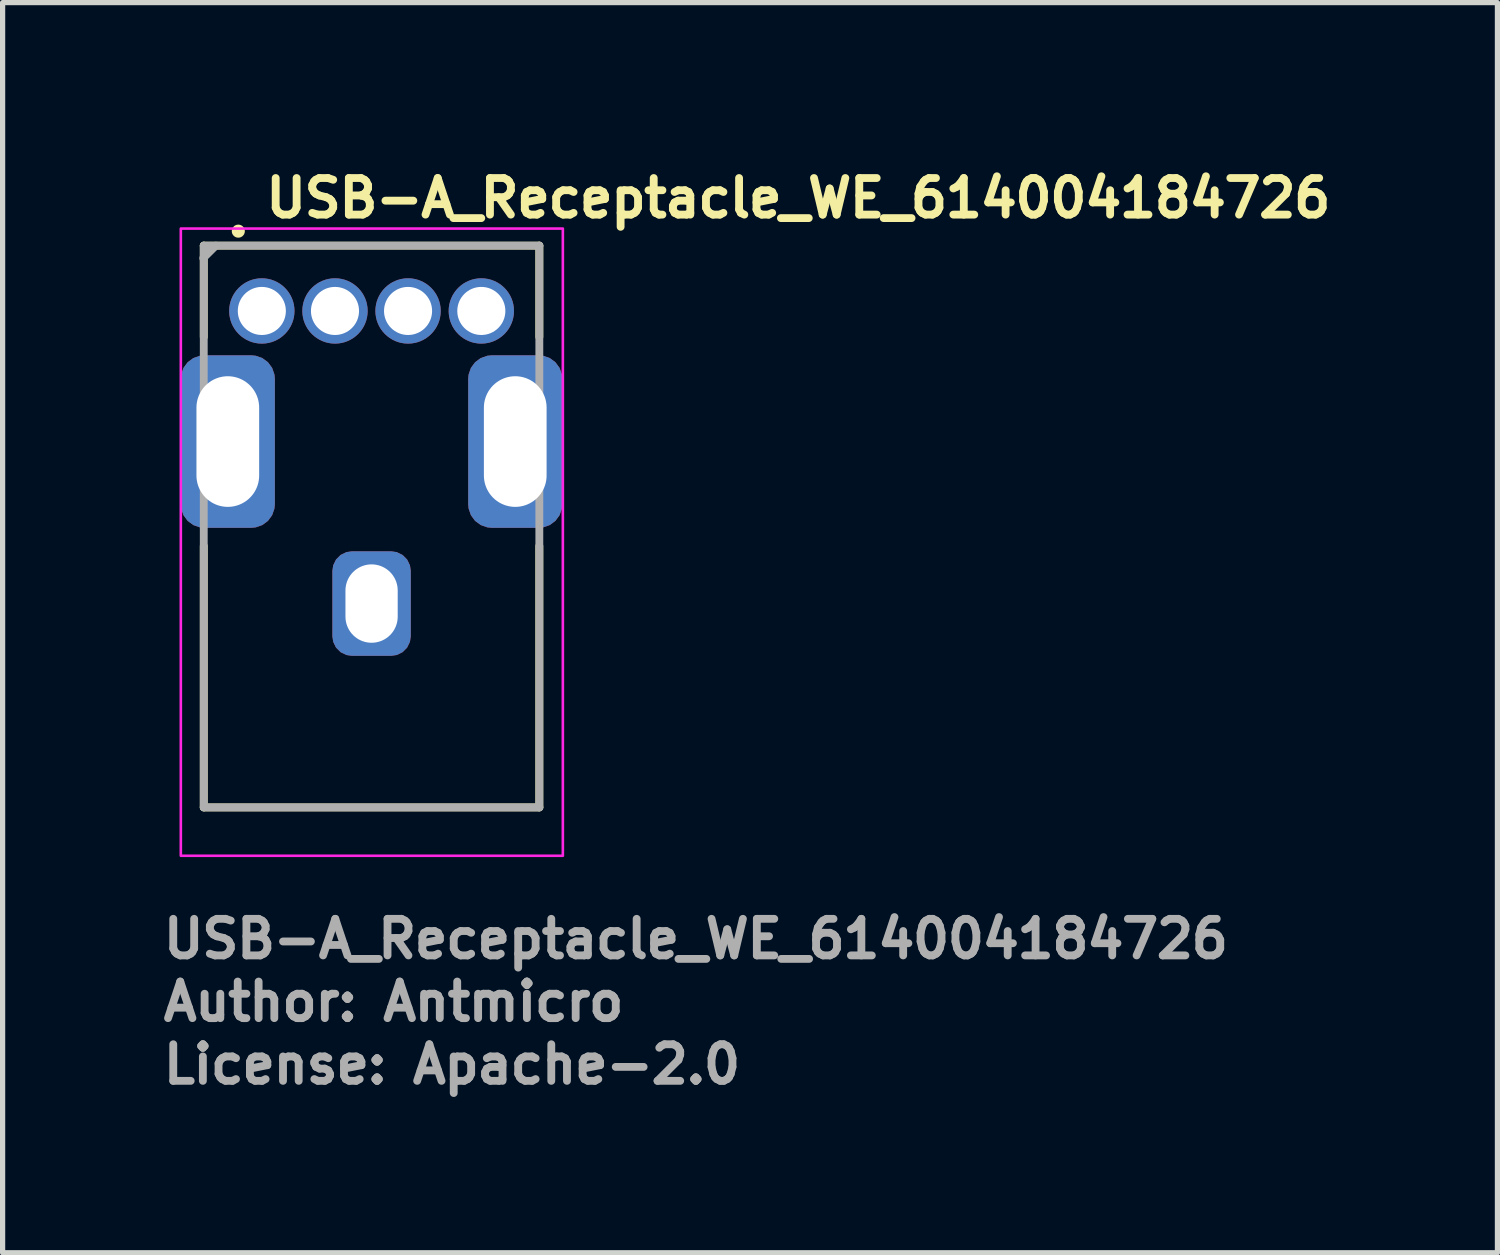
<source format=kicad_pcb>
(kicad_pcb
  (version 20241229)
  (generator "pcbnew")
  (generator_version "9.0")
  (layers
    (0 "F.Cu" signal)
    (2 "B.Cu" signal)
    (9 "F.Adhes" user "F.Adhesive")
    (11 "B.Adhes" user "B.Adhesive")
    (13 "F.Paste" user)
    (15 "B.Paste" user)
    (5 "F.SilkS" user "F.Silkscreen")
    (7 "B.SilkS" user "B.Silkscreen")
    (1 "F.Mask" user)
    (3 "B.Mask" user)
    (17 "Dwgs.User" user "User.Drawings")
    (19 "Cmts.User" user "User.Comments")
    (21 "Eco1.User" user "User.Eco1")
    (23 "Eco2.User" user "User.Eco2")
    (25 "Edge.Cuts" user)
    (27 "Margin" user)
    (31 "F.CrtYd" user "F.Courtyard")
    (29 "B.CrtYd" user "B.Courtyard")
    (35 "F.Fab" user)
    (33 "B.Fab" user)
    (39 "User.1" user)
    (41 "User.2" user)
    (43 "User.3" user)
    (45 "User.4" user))
  (footprint "USB-A_Receptacle_WE_614004184726"
    (layer "F.Cu")
    (at 1.96 2.9)
    (property "Reference" "USB-A_Receptacle_WE_614004184726" (at 0 -1.75 0) (layer "F.SilkS") (effects (font (size 0.7 0.7) (thickness 0.15)) (justify left bottom)))
    (attr through_hole)
    (fp_line (start -1.111 -1.25) (end 5.31 -1.25) (stroke (width 0.15) (type solid)) (layer "F.SilkS"))
    (fp_line (start -1.111 0.498) (end -1.111 -1.25) (stroke (width 0.15) (type solid)) (layer "F.SilkS"))
    (fp_line (start -1.111 4.498) (end -1.111 9.499) (stroke (width 0.15) (type solid)) (layer "F.SilkS"))
    (fp_line (start -1.111 9.499) (end 5.31 9.499) (stroke (width 0.15) (type solid)) (layer "F.SilkS"))
    (fp_line (start 5.31 -1.25) (end 5.31 0.498) (stroke (width 0.15) (type solid)) (layer "F.SilkS"))
    (fp_line (start 5.31 9.499) (end 5.31 4.498) (stroke (width 0.15) (type solid)) (layer "F.SilkS"))
    (fp_circle (center -0.45 -1.527) (end -0.4 -1.527) (stroke (width 0.15) (type solid)) (fill yes) (layer "F.SilkS"))
    (fp_rect (start -1.55 -1.577) (end 5.76 10.425) (stroke (width 0.05) (type solid)) (fill no) (layer "F.CrtYd"))
    (fp_line (start -1.121 -1.01) (end -0.88 -1.25) (stroke (width 0.15) (type solid)) (layer "F.Fab"))
    (fp_line (start -1.111 -1.25) (end -1.111 9.499) (stroke (width 0.15) (type solid)) (layer "F.Fab"))
    (fp_line (start -1.111 9.499) (end 5.31 9.499) (stroke (width 0.15) (type solid)) (layer "F.Fab"))
    (fp_line (start 5.31 -1.25) (end -1.111 -1.25) (stroke (width 0.15) (type solid)) (layer "F.Fab"))
    (fp_line (start 5.31 9.499) (end 5.31 -1.25) (stroke (width 0.15) (type solid)) (layer "F.Fab"))
    (fp_rect (start -1.46 -1.077) (end 5.66 9.925) (stroke (width 0.1) (type solid)) (fill no) (layer "User.5"))
    (fp_line (start -1.46 1.852) (end -1.46 1.852) (stroke (width 0.02) (type solid)) (layer "User.9"))
    (fp_line (start -1.46 1.852) (end -1.46 1.852) (stroke (width 0.02) (type solid)) (layer "User.9"))
    (fp_line (start -1.46 1.852) (end -1.46 1.852) (stroke (width 0.02) (type solid)) (layer "User.9"))
    (fp_line (start -1.46 1.852) (end -1.46 1.852) (stroke (width 0.02) (type solid)) (layer "User.9"))
    (fp_line (start -1.46 1.852) (end -1.46 3.205) (stroke (width 0.02) (type solid)) (layer "User.9"))
    (fp_line (start -1.46 1.852) (end -1.458 1.85) (stroke (width 0.02) (type solid)) (layer "User.9"))
    (fp_line (start -1.46 3.205) (end -1.46 3.205) (stroke (width 0.02) (type solid)) (layer "User.9"))
    (fp_line (start -1.46 3.206) (end -1.46 3.205) (stroke (width 0.02) (type solid)) (layer "User.9"))
    (fp_line (start -1.458 1.85) (end -1.456 1.85) (stroke (width 0.02) (type solid)) (layer "User.9"))
    (fp_line (start -1.458 3.208) (end -1.46 3.206) (stroke (width 0.02) (type solid)) (layer "User.9"))
    (fp_line (start -1.456 1.85) (end -1.452 1.85) (stroke (width 0.02) (type solid)) (layer "User.9"))
    (fp_line (start -1.456 3.208) (end -1.458 3.208) (stroke (width 0.02) (type solid)) (layer "User.9"))
    (fp_line (start -1.452 1.85) (end -1.448 1.85) (stroke (width 0.02) (type solid)) (layer "User.9"))
    (fp_line (start -1.448 1.85) (end -1.444 1.848) (stroke (width 0.02) (type solid)) (layer "User.9"))
    (fp_line (start -1.448 3.209) (end -1.456 3.208) (stroke (width 0.02) (type solid)) (layer "User.9"))
    (fp_line (start -1.444 1.848) (end -1.438 1.848) (stroke (width 0.02) (type solid)) (layer "User.9"))
    (fp_line (start -1.438 1.848) (end -1.432 1.848) (stroke (width 0.02) (type solid)) (layer "User.9"))
    (fp_line (start -1.438 3.21) (end -1.448 3.209) (stroke (width 0.02) (type solid)) (layer "User.9"))
    (fp_line (start -1.432 1.848) (end -1.426 1.846) (stroke (width 0.02) (type solid)) (layer "User.9"))
    (fp_line (start -1.426 1.846) (end -1.41 1.846) (stroke (width 0.02) (type solid)) (layer "User.9"))
    (fp_line (start -1.426 3.212) (end -1.438 3.21) (stroke (width 0.02) (type solid)) (layer "User.9"))
    (fp_line (start -1.41 1.846) (end -1.393 1.844) (stroke (width 0.02) (type solid)) (layer "User.9"))
    (fp_line (start -1.41 3.213) (end -1.426 3.212) (stroke (width 0.02) (type solid)) (layer "User.9"))
    (fp_line (start -1.393 1.844) (end -1.371 1.844) (stroke (width 0.02) (type solid)) (layer "User.9"))
    (fp_line (start -1.371 3.214) (end -1.41 3.213) (stroke (width 0.02) (type solid)) (layer "User.9"))
    (fp_line (start -1.371 3.214) (end -0.96 3.233) (stroke (width 0.02) (type solid)) (layer "User.9"))
    (fp_line (start -1.111 0.974) (end -1.111 -0.776) (stroke (width 0.02) (type solid)) (layer "User.9"))
    (fp_line (start -1.111 1.624) (end -1.111 0.974) (stroke (width 0.02) (type solid)) (layer "User.9"))
    (fp_line (start -1.101 -0.776) (end -1.111 -0.776) (stroke (width 0.02) (type solid)) (layer "User.9"))
    (fp_line (start -1.101 -0.776) (end -1.057 -0.776) (stroke (width 0.02) (type solid)) (layer "User.9"))
    (fp_line (start -1.101 1.624) (end -1.111 1.624) (stroke (width 0.02) (type solid)) (layer "User.9"))
    (fp_line (start -1.101 1.773) (end -1.101 -0.776) (stroke (width 0.02) (type solid)) (layer "User.9"))
    (fp_line (start -1.101 1.83) (end -1.371 1.844) (stroke (width 0.02) (type solid)) (layer "User.9"))
    (fp_line (start -1.101 2.233) (end -1.101 1.773) (stroke (width 0.02) (type solid)) (layer "User.9"))
    (fp_line (start -1.101 2.233) (end -1.101 2.233) (stroke (width 0.02) (type solid)) (layer "User.9"))
    (fp_line (start -1.101 2.325) (end -1.101 2.233) (stroke (width 0.02) (type solid)) (layer "User.9"))
    (fp_line (start -1.101 2.325) (end -1.101 2.325) (stroke (width 0.02) (type solid)) (layer "User.9"))
    (fp_line (start -1.101 2.387) (end -1.101 2.325) (stroke (width 0.02) (type solid)) (layer "User.9"))
    (fp_line (start -1.101 2.387) (end -1.101 2.387) (stroke (width 0.02) (type solid)) (layer "User.9"))
    (fp_line (start -1.101 2.419) (end -1.101 2.387) (stroke (width 0.02) (type solid)) (layer "User.9"))
    (fp_line (start -1.101 2.419) (end -1.101 2.419) (stroke (width 0.02) (type solid)) (layer "User.9"))
    (fp_line (start -1.101 2.423) (end -1.101 2.419) (stroke (width 0.02) (type solid)) (layer "User.9"))
    (fp_line (start -1.101 2.423) (end -0.76 2.423) (stroke (width 0.02) (type solid)) (layer "User.9"))
    (fp_line (start -1.061 -0.743) (end -1.061 -0.726) (stroke (width 0.02) (type solid)) (layer "User.9"))
    (fp_line (start -1.061 0.524) (end -1.061 -0.726) (stroke (width 0.02) (type solid)) (layer "User.9"))
    (fp_line (start -1.061 0.524) (end -0.76 0.524) (stroke (width 0.02) (type solid)) (layer "User.9"))
    (fp_line (start -1.059 -0.76) (end -1.061 -0.743) (stroke (width 0.02) (type solid)) (layer "User.9"))
    (fp_line (start -1.057 -0.778) (end -1.059 -0.76) (stroke (width 0.02) (type solid)) (layer "User.9"))
    (fp_line (start -1.055 -0.795) (end -1.057 -0.778) (stroke (width 0.02) (type solid)) (layer "User.9"))
    (fp_line (start -1.051 -0.812) (end -1.055 -0.795) (stroke (width 0.02) (type solid)) (layer "User.9"))
    (fp_line (start -1.045 -0.828) (end -1.051 -0.812) (stroke (width 0.02) (type solid)) (layer "User.9"))
    (fp_line (start -1.041 -0.844) (end -1.045 -0.828) (stroke (width 0.02) (type solid)) (layer "User.9"))
    (fp_line (start -1.035 -0.859) (end -1.041 -0.844) (stroke (width 0.02) (type solid)) (layer "User.9"))
    (fp_line (start -1.027 -0.875) (end -1.035 -0.859) (stroke (width 0.02) (type solid)) (layer "User.9"))
    (fp_line (start -1.02 -0.89) (end -1.027 -0.875) (stroke (width 0.02) (type solid)) (layer "User.9"))
    (fp_line (start -1.012 -0.906) (end -1.02 -0.89) (stroke (width 0.02) (type solid)) (layer "User.9"))
    (fp_line (start -1.002 -0.921) (end -1.012 -0.906) (stroke (width 0.02) (type solid)) (layer "User.9"))
    (fp_line (start -0.992 -0.935) (end -1.002 -0.921) (stroke (width 0.02) (type solid)) (layer "User.9"))
    (fp_line (start -0.981 -0.948) (end -0.992 -0.935) (stroke (width 0.02) (type solid)) (layer "User.9"))
    (fp_line (start -0.97 -0.96) (end -0.981 -0.948) (stroke (width 0.02) (type solid)) (layer "User.9"))
    (fp_line (start -0.96 3.233) (end -0.873 3.238) (stroke (width 0.02) (type solid)) (layer "User.9"))
    (fp_line (start -0.959 -0.973) (end -0.97 -0.96) (stroke (width 0.02) (type solid)) (layer "User.9"))
    (fp_line (start -0.959 -0.973) (end -0.959 -0.973) (stroke (width 0.02) (type solid)) (layer "User.9"))
    (fp_line (start -0.946 -0.985) (end -0.959 -0.973) (stroke (width 0.02) (type solid)) (layer "User.9"))
    (fp_line (start -0.933 -0.996) (end -0.946 -0.985) (stroke (width 0.02) (type solid)) (layer "User.9"))
    (fp_line (start -0.92 -1.008) (end -0.933 -0.996) (stroke (width 0.02) (type solid)) (layer "User.9"))
    (fp_line (start -0.906 -1.018) (end -0.92 -1.008) (stroke (width 0.02) (type solid)) (layer "User.9"))
    (fp_line (start -0.89 -1.027) (end -0.906 -1.018) (stroke (width 0.02) (type solid)) (layer "User.9"))
    (fp_line (start -0.875 -1.035) (end -0.89 -1.027) (stroke (width 0.02) (type solid)) (layer "User.9"))
    (fp_line (start -0.873 3.238) (end -0.839 3.241) (stroke (width 0.02) (type solid)) (layer "User.9"))
    (fp_line (start -0.86 -1.043) (end -0.875 -1.035) (stroke (width 0.02) (type solid)) (layer "User.9"))
    (fp_line (start -0.86 8.105) (end -0.77 7.943) (stroke (width 0.02) (type solid)) (layer "User.9"))
    (fp_line (start -0.86 8.105) (end -0.76 8.16) (stroke (width 0.02) (type solid)) (layer "User.9"))
    (fp_line (start -0.844 -1.049) (end -0.86 -1.043) (stroke (width 0.02) (type solid)) (layer "User.9"))
    (fp_line (start -0.839 3.241) (end -0.812 3.244) (stroke (width 0.02) (type solid)) (layer "User.9"))
    (fp_line (start -0.83 -1.055) (end -0.844 -1.049) (stroke (width 0.02) (type solid)) (layer "User.9"))
    (fp_line (start -0.813 -1.061) (end -0.83 -1.055) (stroke (width 0.02) (type solid)) (layer "User.9"))
    (fp_line (start -0.812 3.244) (end -0.791 3.246) (stroke (width 0.02) (type solid)) (layer "User.9"))
    (fp_line (start -0.797 -1.065) (end -0.813 -1.061) (stroke (width 0.02) (type solid)) (layer "User.9"))
    (fp_line (start -0.791 3.246) (end -0.775 3.249) (stroke (width 0.02) (type solid)) (layer "User.9"))
    (fp_line (start -0.78 -1.069) (end -0.797 -1.065) (stroke (width 0.02) (type solid)) (layer "User.9"))
    (fp_line (start -0.775 3.249) (end -0.768 3.25) (stroke (width 0.02) (type solid)) (layer "User.9"))
    (fp_line (start -0.768 3.25) (end -0.764 3.252) (stroke (width 0.02) (type solid)) (layer "User.9"))
    (fp_line (start -0.764 3.252) (end -0.762 3.253) (stroke (width 0.02) (type solid)) (layer "User.9"))
    (fp_line (start -0.762 -1.073) (end -0.78 -1.069) (stroke (width 0.02) (type solid)) (layer "User.9"))
    (fp_line (start -0.762 3.253) (end -0.76 3.253) (stroke (width 0.02) (type solid)) (layer "User.9"))
    (fp_line (start -0.76 -0.735) (end -0.759 -0.738) (stroke (width 0.02) (type solid)) (layer "User.9"))
    (fp_line (start -0.76 -0.733) (end -0.76 -0.735) (stroke (width 0.02) (type solid)) (layer "User.9"))
    (fp_line (start -0.76 -0.73) (end -0.76 -0.733) (stroke (width 0.02) (type solid)) (layer "User.9"))
    (fp_line (start -0.76 -0.728) (end -0.76 -0.73) (stroke (width 0.02) (type solid)) (layer "User.9"))
    (fp_line (start -0.76 -0.726) (end -0.76 -0.728) (stroke (width 0.02) (type solid)) (layer "User.9"))
    (fp_line (start -0.76 -0.375) (end -0.76 -0.726) (stroke (width 0.02) (type solid)) (layer "User.9"))
    (fp_line (start -0.76 -0.375) (end -0.76 9.925) (stroke (width 0.02) (type solid)) (layer "User.9"))
    (fp_line (start -0.76 7.927) (end -0.77 7.943) (stroke (width 0.02) (type solid)) (layer "User.9"))
    (fp_line (start -0.759 -0.738) (end -0.758 -0.74) (stroke (width 0.02) (type solid)) (layer "User.9"))
    (fp_line (start -0.758 -0.742) (end -0.757 -0.745) (stroke (width 0.02) (type solid)) (layer "User.9"))
    (fp_line (start -0.758 -0.74) (end -0.758 -0.742) (stroke (width 0.02) (type solid)) (layer "User.9"))
    (fp_line (start -0.757 -0.745) (end -0.756 -0.747) (stroke (width 0.02) (type solid)) (layer "User.9"))
    (fp_line (start -0.756 -0.747) (end -0.755 -0.749) (stroke (width 0.02) (type solid)) (layer "User.9"))
    (fp_line (start -0.755 -0.749) (end -0.753 -0.751) (stroke (width 0.02) (type solid)) (layer "User.9"))
    (fp_line (start -0.753 -0.751) (end -0.752 -0.753) (stroke (width 0.02) (type solid)) (layer "User.9"))
    (fp_line (start -0.752 -0.753) (end -0.751 -0.755) (stroke (width 0.02) (type solid)) (layer "User.9"))
    (fp_line (start -0.751 -0.755) (end -0.749 -0.757) (stroke (width 0.02) (type solid)) (layer "User.9"))
    (fp_line (start -0.749 -0.757) (end -0.748 -0.759) (stroke (width 0.02) (type solid)) (layer "User.9"))
    (fp_line (start -0.748 -0.759) (end -0.746 -0.761) (stroke (width 0.02) (type solid)) (layer "User.9"))
    (fp_line (start -0.746 -0.761) (end -0.746 -0.761) (stroke (width 0.02) (type solid)) (layer "User.9"))
    (fp_line (start -0.746 -0.761) (end -0.744 -0.763) (stroke (width 0.02) (type solid)) (layer "User.9"))
    (fp_line (start -0.745 -1.075) (end -0.762 -1.073) (stroke (width 0.02) (type solid)) (layer "User.9"))
    (fp_line (start -0.744 -0.763) (end -0.742 -0.764) (stroke (width 0.02) (type solid)) (layer "User.9"))
    (fp_line (start -0.742 -0.764) (end -0.74 -0.766) (stroke (width 0.02) (type solid)) (layer "User.9"))
    (fp_line (start -0.74 -0.766) (end -0.738 -0.767) (stroke (width 0.02) (type solid)) (layer "User.9"))
    (fp_line (start -0.738 -0.767) (end -0.736 -0.768) (stroke (width 0.02) (type solid)) (layer "User.9"))
    (fp_line (start -0.736 -0.768) (end -0.734 -0.771) (stroke (width 0.02) (type solid)) (layer "User.9"))
    (fp_line (start -0.734 -0.771) (end -0.732 -0.772) (stroke (width 0.02) (type solid)) (layer "User.9"))
    (fp_line (start -0.732 -0.772) (end -0.73 -0.773) (stroke (width 0.02) (type solid)) (layer "User.9"))
    (fp_line (start -0.73 -0.773) (end -0.727 -0.774) (stroke (width 0.02) (type solid)) (layer "User.9"))
    (fp_line (start -0.728 -1.075) (end -0.745 -1.075) (stroke (width 0.02) (type solid)) (layer "User.9"))
    (fp_line (start -0.727 -0.774) (end -0.725 -0.774) (stroke (width 0.02) (type solid)) (layer "User.9"))
    (fp_line (start -0.725 -0.774) (end -0.723 -0.775) (stroke (width 0.02) (type solid)) (layer "User.9"))
    (fp_line (start -0.723 -0.775) (end -0.72 -0.776) (stroke (width 0.02) (type solid)) (layer "User.9"))
    (fp_line (start -0.72 -0.776) (end -0.718 -0.776) (stroke (width 0.02) (type solid)) (layer "User.9"))
    (fp_line (start -0.718 -0.776) (end -0.715 -0.776) (stroke (width 0.02) (type solid)) (layer "User.9"))
    (fp_line (start -0.715 -0.776) (end -0.713 -0.776) (stroke (width 0.02) (type solid)) (layer "User.9"))
    (fp_line (start -0.713 -0.776) (end -0.71 -0.776) (stroke (width 0.02) (type solid)) (layer "User.9"))
    (fp_line (start -0.71 -1.077) (end -0.728 -1.075) (stroke (width 0.02) (type solid)) (layer "User.9"))
    (fp_line (start -0.71 -1.077) (end -0.411 -1.077) (stroke (width 0.02) (type solid)) (layer "User.9"))
    (fp_line (start -0.71 -0.776) (end -0.461 -0.776) (stroke (width 0.02) (type solid)) (layer "User.9"))
    (fp_line (start -0.659 -0.375) (end -0.76 -0.375) (stroke (width 0.02) (type solid)) (layer "User.9"))
    (fp_line (start -0.659 -0.375) (end -0.659 -0.375) (stroke (width 0.02) (type solid)) (layer "User.9"))
    (fp_line (start -0.659 9.925) (end -0.76 9.925) (stroke (width 0.02) (type solid)) (layer "User.9"))
    (fp_line (start -0.659 9.925) (end -0.659 9.925) (stroke (width 0.02) (type solid)) (layer "User.9"))
    (fp_line (start -0.461 -0.776) (end -0.411 -0.776) (stroke (width 0.02) (type solid)) (layer "User.9"))
    (fp_line (start -0.461 -0.375) (end -0.461 -0.776) (stroke (width 0.02) (type solid)) (layer "User.9"))
    (fp_line (start -0.411 -1.077) (end 1.249 -1.077) (stroke (width 0.02) (type solid)) (layer "User.9"))
    (fp_line (start -0.411 -0.973) (end -0.411 -1.077) (stroke (width 0.02) (type solid)) (layer "User.9"))
    (fp_line (start -0.411 -0.973) (end -0.411 -0.973) (stroke (width 0.02) (type solid)) (layer "User.9"))
    (fp_line (start -0.411 -0.726) (end -0.411 -0.973) (stroke (width 0.02) (type solid)) (layer "User.9"))
    (fp_line (start -0.411 -0.726) (end -0.411 -0.375) (stroke (width 0.02) (type solid)) (layer "User.9"))
    (fp_line (start -0.411 -0.375) (end -0.659 -0.375) (stroke (width 0.02) (type solid)) (layer "User.9"))
    (fp_line (start -0.411 9.925) (end -0.659 9.925) (stroke (width 0.02) (type solid)) (layer "User.9"))
    (fp_line (start -0.411 9.925) (end 4.608 9.925) (stroke (width 0.02) (type solid)) (layer "User.9"))
    (fp_line (start 0.663 8.111) (end 0.663 8.115) (stroke (width 0.02) (type solid)) (layer "User.9"))
    (fp_line (start 0.663 8.111) (end 0.986 3.112) (stroke (width 0.02) (type solid)) (layer "User.9"))
    (fp_line (start 0.663 8.115) (end 0.663 8.118) (stroke (width 0.02) (type solid)) (layer "User.9"))
    (fp_line (start 0.663 8.118) (end 0.663 8.121) (stroke (width 0.02) (type solid)) (layer "User.9"))
    (fp_line (start 0.663 8.121) (end 0.663 8.124) (stroke (width 0.02) (type solid)) (layer "User.9"))
    (fp_line (start 0.663 8.124) (end 0.663 8.134) (stroke (width 0.02) (type solid)) (layer "User.9"))
    (fp_line (start 0.663 8.134) (end 0.664 8.144) (stroke (width 0.02) (type solid)) (layer "User.9"))
    (fp_line (start 0.664 8.144) (end 0.665 8.154) (stroke (width 0.02) (type solid)) (layer "User.9"))
    (fp_line (start 0.665 8.154) (end 0.667 8.165) (stroke (width 0.02) (type solid)) (layer "User.9"))
    (fp_line (start 0.667 8.165) (end 0.669 8.173) (stroke (width 0.02) (type solid)) (layer "User.9"))
    (fp_line (start 0.669 8.173) (end 0.672 8.184) (stroke (width 0.02) (type solid)) (layer "User.9"))
    (fp_line (start 0.672 8.184) (end 0.675 8.192) (stroke (width 0.02) (type solid)) (layer "User.9"))
    (fp_line (start 0.675 8.192) (end 0.679 8.201) (stroke (width 0.02) (type solid)) (layer "User.9"))
    (fp_line (start 0.679 8.201) (end 0.683 8.211) (stroke (width 0.02) (type solid)) (layer "User.9"))
    (fp_line (start 0.683 8.211) (end 0.687 8.22) (stroke (width 0.02) (type solid)) (layer "User.9"))
    (fp_line (start 0.687 8.22) (end 0.692 8.227) (stroke (width 0.02) (type solid)) (layer "User.9"))
    (fp_line (start 0.692 8.227) (end 0.697 8.236) (stroke (width 0.02) (type solid)) (layer "User.9"))
    (fp_line (start 0.697 8.236) (end 0.703 8.243) (stroke (width 0.02) (type solid)) (layer "User.9"))
    (fp_line (start 0.703 8.243) (end 0.708 8.252) (stroke (width 0.02) (type solid)) (layer "User.9"))
    (fp_line (start 0.708 8.252) (end 0.714 8.259) (stroke (width 0.02) (type solid)) (layer "User.9"))
    (fp_line (start 0.714 8.259) (end 0.72 8.265) (stroke (width 0.02) (type solid)) (layer "User.9"))
    (fp_line (start 0.72 8.265) (end 0.727 8.272) (stroke (width 0.02) (type solid)) (layer "User.9"))
    (fp_line (start 0.727 8.272) (end 0.735 8.278) (stroke (width 0.02) (type solid)) (layer "User.9"))
    (fp_line (start 0.73 8.275) (end 1.14 8.275) (stroke (width 0.02) (type solid)) (layer "User.9"))
    (fp_line (start 0.735 8.278) (end 0.742 8.284) (stroke (width 0.02) (type solid)) (layer "User.9"))
    (fp_line (start 0.742 8.284) (end 0.75 8.29) (stroke (width 0.02) (type solid)) (layer "User.9"))
    (fp_line (start 0.75 8.29) (end 0.758 8.295) (stroke (width 0.02) (type solid)) (layer "User.9"))
    (fp_line (start 0.758 8.295) (end 0.768 8.3) (stroke (width 0.02) (type solid)) (layer "User.9"))
    (fp_line (start 0.768 8.3) (end 0.776 8.304) (stroke (width 0.02) (type solid)) (layer "User.9"))
    (fp_line (start 0.776 8.304) (end 0.785 8.309) (stroke (width 0.02) (type solid)) (layer "User.9"))
    (fp_line (start 0.785 8.309) (end 0.794 8.311) (stroke (width 0.02) (type solid)) (layer "User.9"))
    (fp_line (start 0.794 8.311) (end 0.803 8.316) (stroke (width 0.02) (type solid)) (layer "User.9"))
    (fp_line (start 0.803 8.316) (end 0.813 8.317) (stroke (width 0.02) (type solid)) (layer "User.9"))
    (fp_line (start 0.813 8.317) (end 0.823 8.32) (stroke (width 0.02) (type solid)) (layer "User.9"))
    (fp_line (start 0.823 8.32) (end 0.832 8.322) (stroke (width 0.02) (type solid)) (layer "User.9"))
    (fp_line (start 0.832 8.322) (end 0.841 8.323) (stroke (width 0.02) (type solid)) (layer "User.9"))
    (fp_line (start 0.841 8.323) (end 0.852 8.323) (stroke (width 0.02) (type solid)) (layer "User.9"))
    (fp_line (start 0.852 8.323) (end 0.862 8.323) (stroke (width 0.02) (type solid)) (layer "User.9"))
    (fp_line (start 0.987 3.101) (end 0.986 3.112) (stroke (width 0.02) (type solid)) (layer "User.9"))
    (fp_line (start 0.989 3.092) (end 0.987 3.101) (stroke (width 0.02) (type solid)) (layer "User.9"))
    (fp_line (start 0.99 3.083) (end 0.989 3.092) (stroke (width 0.02) (type solid)) (layer "User.9"))
    (fp_line (start 0.993 3.072) (end 0.99 3.083) (stroke (width 0.02) (type solid)) (layer "User.9"))
    (fp_line (start 0.995 3.063) (end 0.993 3.072) (stroke (width 0.02) (type solid)) (layer "User.9"))
    (fp_line (start 0.998 3.055) (end 0.995 3.063) (stroke (width 0.02) (type solid)) (layer "User.9"))
    (fp_line (start 1.003 3.046) (end 0.998 3.055) (stroke (width 0.02) (type solid)) (layer "User.9"))
    (fp_line (start 1.007 3.038) (end 1.003 3.046) (stroke (width 0.02) (type solid)) (layer "User.9"))
    (fp_line (start 1.009 8.323) (end 0.862 8.323) (stroke (width 0.02) (type solid)) (layer "User.9"))
    (fp_line (start 1.009 8.323) (end 1.019 8.323) (stroke (width 0.02) (type solid)) (layer "User.9"))
    (fp_line (start 1.011 3.03) (end 1.007 3.038) (stroke (width 0.02) (type solid)) (layer "User.9"))
    (fp_line (start 1.015 3.022) (end 1.011 3.03) (stroke (width 0.02) (type solid)) (layer "User.9"))
    (fp_line (start 1.019 3.014) (end 1.015 3.022) (stroke (width 0.02) (type solid)) (layer "User.9"))
    (fp_line (start 1.019 8.323) (end 1.028 8.323) (stroke (width 0.02) (type solid)) (layer "User.9"))
    (fp_line (start 1.026 3.006) (end 1.019 3.014) (stroke (width 0.02) (type solid)) (layer "User.9"))
    (fp_line (start 1.028 8.323) (end 1.038 8.322) (stroke (width 0.02) (type solid)) (layer "User.9"))
    (fp_line (start 1.03 2.999) (end 1.026 3.006) (stroke (width 0.02) (type solid)) (layer "User.9"))
    (fp_line (start 1.036 2.991) (end 1.03 2.999) (stroke (width 0.02) (type solid)) (layer "User.9"))
    (fp_line (start 1.038 8.322) (end 1.048 8.32) (stroke (width 0.02) (type solid)) (layer "User.9"))
    (fp_line (start 1.044 2.984) (end 1.036 2.991) (stroke (width 0.02) (type solid)) (layer "User.9"))
    (fp_line (start 1.048 8.32) (end 1.056 8.319) (stroke (width 0.02) (type solid)) (layer "User.9"))
    (fp_line (start 1.05 2.979) (end 1.044 2.984) (stroke (width 0.02) (type solid)) (layer "User.9"))
    (fp_line (start 1.056 2.971) (end 1.05 2.979) (stroke (width 0.02) (type solid)) (layer "User.9"))
    (fp_line (start 1.056 8.319) (end 1.066 8.316) (stroke (width 0.02) (type solid)) (layer "User.9"))
    (fp_line (start 1.064 2.967) (end 1.056 2.971) (stroke (width 0.02) (type solid)) (layer "User.9"))
    (fp_line (start 1.066 8.316) (end 1.076 8.313) (stroke (width 0.02) (type solid)) (layer "User.9"))
    (fp_line (start 1.072 2.96) (end 1.064 2.967) (stroke (width 0.02) (type solid)) (layer "User.9"))
    (fp_line (start 1.076 8.313) (end 1.084 8.31) (stroke (width 0.02) (type solid)) (layer "User.9"))
    (fp_line (start 1.078 2.955) (end 1.072 2.96) (stroke (width 0.02) (type solid)) (layer "User.9"))
    (fp_line (start 1.084 8.31) (end 1.092 8.306) (stroke (width 0.02) (type solid)) (layer "User.9"))
    (fp_line (start 1.086 2.951) (end 1.078 2.955) (stroke (width 0.02) (type solid)) (layer "User.9"))
    (fp_line (start 1.092 8.306) (end 1.1 8.301) (stroke (width 0.02) (type solid)) (layer "User.9"))
    (fp_line (start 1.094 2.947) (end 1.086 2.951) (stroke (width 0.02) (type solid)) (layer "User.9"))
    (fp_line (start 1.1 8.301) (end 1.11 8.297) (stroke (width 0.02) (type solid)) (layer "User.9"))
    (fp_line (start 1.104 2.942) (end 1.094 2.947) (stroke (width 0.02) (type solid)) (layer "User.9"))
    (fp_line (start 1.11 8.297) (end 1.118 8.291) (stroke (width 0.02) (type solid)) (layer "User.9"))
    (fp_line (start 1.112 2.938) (end 1.104 2.942) (stroke (width 0.02) (type solid)) (layer "User.9"))
    (fp_line (start 1.118 8.291) (end 1.124 8.287) (stroke (width 0.02) (type solid)) (layer "User.9"))
    (fp_line (start 1.12 2.935) (end 1.112 2.938) (stroke (width 0.02) (type solid)) (layer "User.9"))
    (fp_line (start 1.124 8.287) (end 1.132 8.281) (stroke (width 0.02) (type solid)) (layer "User.9"))
    (fp_line (start 1.13 2.933) (end 1.12 2.935) (stroke (width 0.02) (type solid)) (layer "User.9"))
    (fp_line (start 1.132 8.281) (end 1.14 8.275) (stroke (width 0.02) (type solid)) (layer "User.9"))
    (fp_line (start 1.138 2.93) (end 1.13 2.933) (stroke (width 0.02) (type solid)) (layer "User.9"))
    (fp_line (start 1.14 8.275) (end 1.146 8.268) (stroke (width 0.02) (type solid)) (layer "User.9"))
    (fp_line (start 1.146 8.268) (end 1.153 8.262) (stroke (width 0.02) (type solid)) (layer "User.9"))
    (fp_line (start 1.148 2.927) (end 1.138 2.93) (stroke (width 0.02) (type solid)) (layer "User.9"))
    (fp_line (start 1.153 8.262) (end 1.159 8.256) (stroke (width 0.02) (type solid)) (layer "User.9"))
    (fp_line (start 1.157 2.926) (end 1.148 2.927) (stroke (width 0.02) (type solid)) (layer "User.9"))
    (fp_line (start 1.159 8.256) (end 1.165 8.249) (stroke (width 0.02) (type solid)) (layer "User.9"))
    (fp_line (start 1.165 8.249) (end 1.171 8.24) (stroke (width 0.02) (type solid)) (layer "User.9"))
    (fp_line (start 1.167 2.925) (end 1.157 2.926) (stroke (width 0.02) (type solid)) (layer "User.9"))
    (fp_line (start 1.171 8.24) (end 1.177 8.233) (stroke (width 0.02) (type solid)) (layer "User.9"))
    (fp_line (start 1.177 2.925) (end 1.167 2.925) (stroke (width 0.02) (type solid)) (layer "User.9"))
    (fp_line (start 1.177 8.233) (end 1.181 8.226) (stroke (width 0.02) (type solid)) (layer "User.9"))
    (fp_line (start 1.181 8.226) (end 1.185 8.217) (stroke (width 0.02) (type solid)) (layer "User.9"))
    (fp_line (start 1.185 8.217) (end 1.189 8.208) (stroke (width 0.02) (type solid)) (layer "User.9"))
    (fp_line (start 1.187 2.923) (end 1.177 2.925) (stroke (width 0.02) (type solid)) (layer "User.9"))
    (fp_line (start 1.187 2.923) (end 3.011 2.923) (stroke (width 0.02) (type solid)) (layer "User.9"))
    (fp_line (start 1.189 8.208) (end 1.193 8.199) (stroke (width 0.02) (type solid)) (layer "User.9"))
    (fp_line (start 1.193 8.199) (end 1.197 8.191) (stroke (width 0.02) (type solid)) (layer "User.9"))
    (fp_line (start 1.197 8.191) (end 1.199 8.182) (stroke (width 0.02) (type solid)) (layer "User.9"))
    (fp_line (start 1.199 8.182) (end 1.203 8.172) (stroke (width 0.02) (type solid)) (layer "User.9"))
    (fp_line (start 1.203 8.172) (end 1.205 8.163) (stroke (width 0.02) (type solid)) (layer "User.9"))
    (fp_line (start 1.205 8.163) (end 1.207 8.153) (stroke (width 0.02) (type solid)) (layer "User.9"))
    (fp_line (start 1.207 8.143) (end 1.209 8.134) (stroke (width 0.02) (type solid)) (layer "User.9"))
    (fp_line (start 1.207 8.153) (end 1.207 8.143) (stroke (width 0.02) (type solid)) (layer "User.9"))
    (fp_line (start 1.223 7.825) (end 1.209 8.134) (stroke (width 0.02) (type solid)) (layer "User.9"))
    (fp_line (start 1.223 7.825) (end 1.257 7.105) (stroke (width 0.02) (type solid)) (layer "User.9"))
    (fp_line (start 1.249 -1.077) (end 2.95 -1.077) (stroke (width 0.02) (type solid)) (layer "User.9"))
    (fp_line (start 1.249 -0.973) (end 1.249 -1.077) (stroke (width 0.02) (type solid)) (layer "User.9"))
    (fp_line (start 1.249 -0.973) (end 1.249 -0.973) (stroke (width 0.02) (type solid)) (layer "User.9"))
    (fp_line (start 1.249 -0.875) (end 2.95 -0.875) (stroke (width 0.02) (type solid)) (layer "User.9"))
    (fp_line (start 1.249 -0.776) (end 2.95 -0.776) (stroke (width 0.02) (type solid)) (layer "User.9"))
    (fp_line (start 1.249 -0.776) (end 2.95 -0.776) (stroke (width 0.02) (type solid)) (layer "User.9"))
    (fp_line (start 1.249 -0.726) (end 1.249 -0.973) (stroke (width 0.02) (type solid)) (layer "User.9"))
    (fp_line (start 1.249 -0.344) (end 1.249 -0.726) (stroke (width 0.02) (type solid)) (layer "User.9"))
    (fp_line (start 1.257 7.105) (end 1.362 4.927) (stroke (width 0.02) (type solid)) (layer "User.9"))
    (fp_line (start 1.368 4.825) (end 1.362 4.927) (stroke (width 0.02) (type solid)) (layer "User.9"))
    (fp_line (start 1.382 4.536) (end 1.368 4.825) (stroke (width 0.02) (type solid)) (layer "User.9"))
    (fp_line (start 1.409 3.966) (end 1.411 3.958) (stroke (width 0.02) (type solid)) (layer "User.9"))
    (fp_line (start 1.409 3.974) (end 1.409 3.966) (stroke (width 0.02) (type solid)) (layer "User.9"))
    (fp_line (start 1.409 3.982) (end 1.382 4.536) (stroke (width 0.02) (type solid)) (layer "User.9"))
    (fp_line (start 1.409 3.982) (end 1.409 3.974) (stroke (width 0.02) (type solid)) (layer "User.9"))
    (fp_line (start 1.409 3.982) (end 1.417 3.809) (stroke (width 0.02) (type solid)) (layer "User.9"))
    (fp_line (start 1.411 3.958) (end 1.413 3.95) (stroke (width 0.02) (type solid)) (layer "User.9"))
    (fp_line (start 1.413 3.95) (end 1.415 3.942) (stroke (width 0.02) (type solid)) (layer "User.9"))
    (fp_line (start 1.415 3.942) (end 1.419 3.934) (stroke (width 0.02) (type solid)) (layer "User.9"))
    (fp_line (start 1.417 3.793) (end 1.419 3.785) (stroke (width 0.02) (type solid)) (layer "User.9"))
    (fp_line (start 1.417 3.801) (end 1.417 3.793) (stroke (width 0.02) (type solid)) (layer "User.9"))
    (fp_line (start 1.417 3.809) (end 1.417 3.801) (stroke (width 0.02) (type solid)) (layer "User.9"))
    (fp_line (start 1.419 3.785) (end 1.421 3.777) (stroke (width 0.02) (type solid)) (layer "User.9"))
    (fp_line (start 1.419 3.934) (end 1.421 3.927) (stroke (width 0.02) (type solid)) (layer "User.9"))
    (fp_line (start 1.421 3.777) (end 1.423 3.769) (stroke (width 0.02) (type solid)) (layer "User.9"))
    (fp_line (start 1.421 3.927) (end 1.425 3.921) (stroke (width 0.02) (type solid)) (layer "User.9"))
    (fp_line (start 1.423 3.769) (end 1.427 3.761) (stroke (width 0.02) (type solid)) (layer "User.9"))
    (fp_line (start 1.425 3.921) (end 1.429 3.914) (stroke (width 0.02) (type solid)) (layer "User.9"))
    (fp_line (start 1.427 3.761) (end 1.431 3.754) (stroke (width 0.02) (type solid)) (layer "User.9"))
    (fp_line (start 1.429 3.914) (end 1.435 3.906) (stroke (width 0.02) (type solid)) (layer "User.9"))
    (fp_line (start 1.431 3.754) (end 1.433 3.748) (stroke (width 0.02) (type solid)) (layer "User.9"))
    (fp_line (start 1.433 3.748) (end 1.439 3.741) (stroke (width 0.02) (type solid)) (layer "User.9"))
    (fp_line (start 1.435 3.906) (end 1.439 3.899) (stroke (width 0.02) (type solid)) (layer "User.9"))
    (fp_line (start 1.439 3.741) (end 1.443 3.733) (stroke (width 0.02) (type solid)) (layer "User.9"))
    (fp_line (start 1.439 3.899) (end 1.445 3.894) (stroke (width 0.02) (type solid)) (layer "User.9"))
    (fp_line (start 1.443 3.733) (end 1.447 3.728) (stroke (width 0.02) (type solid)) (layer "User.9"))
    (fp_line (start 1.445 3.894) (end 1.451 3.887) (stroke (width 0.02) (type solid)) (layer "User.9"))
    (fp_line (start 1.447 3.728) (end 1.453 3.721) (stroke (width 0.02) (type solid)) (layer "User.9"))
    (fp_line (start 1.451 3.887) (end 1.457 3.882) (stroke (width 0.02) (type solid)) (layer "User.9"))
    (fp_line (start 1.453 3.721) (end 1.459 3.714) (stroke (width 0.02) (type solid)) (layer "User.9"))
    (fp_line (start 1.457 3.882) (end 1.463 3.875) (stroke (width 0.02) (type solid)) (layer "User.9"))
    (fp_line (start 1.459 3.714) (end 1.465 3.708) (stroke (width 0.02) (type solid)) (layer "User.9"))
    (fp_line (start 1.463 3.875) (end 1.469 3.87) (stroke (width 0.02) (type solid)) (layer "User.9"))
    (fp_line (start 1.465 3.708) (end 1.471 3.703) (stroke (width 0.02) (type solid)) (layer "User.9"))
    (fp_line (start 1.469 3.87) (end 1.477 3.865) (stroke (width 0.02) (type solid)) (layer "User.9"))
    (fp_line (start 1.471 3.703) (end 1.479 3.697) (stroke (width 0.02) (type solid)) (layer "User.9"))
    (fp_line (start 1.477 3.865) (end 1.485 3.859) (stroke (width 0.02) (type solid)) (layer "User.9"))
    (fp_line (start 1.479 3.697) (end 1.485 3.692) (stroke (width 0.02) (type solid)) (layer "User.9"))
    (fp_line (start 1.485 3.692) (end 1.493 3.687) (stroke (width 0.02) (type solid)) (layer "User.9"))
    (fp_line (start 1.485 3.859) (end 1.491 3.854) (stroke (width 0.02) (type solid)) (layer "User.9"))
    (fp_line (start 1.491 3.854) (end 1.499 3.85) (stroke (width 0.02) (type solid)) (layer "User.9"))
    (fp_line (start 1.493 3.687) (end 1.501 3.683) (stroke (width 0.02) (type solid)) (layer "User.9"))
    (fp_line (start 1.499 3.85) (end 1.507 3.846) (stroke (width 0.02) (type solid)) (layer "User.9"))
    (fp_line (start 1.501 3.683) (end 1.507 3.677) (stroke (width 0.02) (type solid)) (layer "User.9"))
    (fp_line (start 1.507 3.677) (end 1.515 3.673) (stroke (width 0.02) (type solid)) (layer "User.9"))
    (fp_line (start 1.507 3.846) (end 1.515 3.842) (stroke (width 0.02) (type solid)) (layer "User.9"))
    (fp_line (start 1.515 3.673) (end 1.525 3.669) (stroke (width 0.02) (type solid)) (layer "User.9"))
    (fp_line (start 1.515 3.842) (end 1.525 3.839) (stroke (width 0.02) (type solid)) (layer "User.9"))
    (fp_line (start 1.525 3.669) (end 1.533 3.667) (stroke (width 0.02) (type solid)) (layer "User.9"))
    (fp_line (start 1.525 3.839) (end 1.533 3.836) (stroke (width 0.02) (type solid)) (layer "User.9"))
    (fp_line (start 1.533 3.667) (end 1.542 3.663) (stroke (width 0.02) (type solid)) (layer "User.9"))
    (fp_line (start 1.533 3.836) (end 1.542 3.833) (stroke (width 0.02) (type solid)) (layer "User.9"))
    (fp_line (start 1.542 3.663) (end 1.55 3.66) (stroke (width 0.02) (type solid)) (layer "User.9"))
    (fp_line (start 1.542 3.833) (end 1.552 3.83) (stroke (width 0.02) (type solid)) (layer "User.9"))
    (fp_line (start 1.55 3.66) (end 1.56 3.657) (stroke (width 0.02) (type solid)) (layer "User.9"))
    (fp_line (start 1.552 3.83) (end 1.56 3.829) (stroke (width 0.02) (type solid)) (layer "User.9"))
    (fp_line (start 1.56 3.657) (end 1.568 3.656) (stroke (width 0.02) (type solid)) (layer "User.9"))
    (fp_line (start 1.56 3.829) (end 1.57 3.826) (stroke (width 0.02) (type solid)) (layer "User.9"))
    (fp_line (start 1.568 3.656) (end 1.578 3.653) (stroke (width 0.02) (type solid)) (layer "User.9"))
    (fp_line (start 1.57 3.826) (end 1.58 3.825) (stroke (width 0.02) (type solid)) (layer "User.9"))
    (fp_line (start 1.578 3.653) (end 1.588 3.652) (stroke (width 0.02) (type solid)) (layer "User.9"))
    (fp_line (start 1.58 3.825) (end 1.588 3.825) (stroke (width 0.02) (type solid)) (layer "User.9"))
    (fp_line (start 1.588 3.652) (end 1.596 3.652) (stroke (width 0.02) (type solid)) (layer "User.9"))
    (fp_line (start 1.588 3.825) (end 1.598 3.825) (stroke (width 0.02) (type solid)) (layer "User.9"))
    (fp_line (start 1.596 3.652) (end 1.606 3.652) (stroke (width 0.02) (type solid)) (layer "User.9"))
    (fp_line (start 1.598 3.825) (end 1.608 3.825) (stroke (width 0.02) (type solid)) (layer "User.9"))
    (fp_line (start 1.606 3.652) (end 1.616 3.652) (stroke (width 0.02) (type solid)) (layer "User.9"))
    (fp_line (start 1.608 3.825) (end 2.589 3.825) (stroke (width 0.02) (type solid)) (layer "User.9"))
    (fp_line (start 1.616 3.652) (end 2.581 3.652) (stroke (width 0.02) (type solid)) (layer "User.9"))
    (fp_line (start 2.089 3.652) (end 2.089 2.923) (stroke (width 0.02) (type solid)) (layer "User.9"))
    (fp_line (start 2.581 3.652) (end 2.592 3.652) (stroke (width 0.02) (type solid)) (layer "User.9"))
    (fp_line (start 2.589 3.825) (end 2.6 3.825) (stroke (width 0.02) (type solid)) (layer "User.9"))
    (fp_line (start 2.592 3.652) (end 2.601 3.652) (stroke (width 0.02) (type solid)) (layer "User.9"))
    (fp_line (start 2.6 3.825) (end 2.609 3.825) (stroke (width 0.02) (type solid)) (layer "User.9"))
    (fp_line (start 2.601 3.652) (end 2.611 3.652) (stroke (width 0.02) (type solid)) (layer "User.9"))
    (fp_line (start 2.609 3.825) (end 2.619 3.825) (stroke (width 0.02) (type solid)) (layer "User.9"))
    (fp_line (start 2.611 3.652) (end 2.62 3.653) (stroke (width 0.02) (type solid)) (layer "User.9"))
    (fp_line (start 2.619 3.825) (end 2.628 3.826) (stroke (width 0.02) (type solid)) (layer "User.9"))
    (fp_line (start 2.62 3.653) (end 2.629 3.656) (stroke (width 0.02) (type solid)) (layer "User.9"))
    (fp_line (start 2.628 3.826) (end 2.637 3.829) (stroke (width 0.02) (type solid)) (layer "User.9"))
    (fp_line (start 2.629 3.656) (end 2.639 3.657) (stroke (width 0.02) (type solid)) (layer "User.9"))
    (fp_line (start 2.637 3.829) (end 2.647 3.83) (stroke (width 0.02) (type solid)) (layer "User.9"))
    (fp_line (start 2.639 3.657) (end 2.656 3.663) (stroke (width 0.02) (type solid)) (layer "User.9"))
    (fp_line (start 2.647 3.83) (end 2.664 3.836) (stroke (width 0.02) (type solid)) (layer "User.9"))
    (fp_line (start 2.656 3.663) (end 2.673 3.669) (stroke (width 0.02) (type solid)) (layer "User.9"))
    (fp_line (start 2.664 3.836) (end 2.683 3.842) (stroke (width 0.02) (type solid)) (layer "User.9"))
    (fp_line (start 2.673 3.669) (end 2.69 3.677) (stroke (width 0.02) (type solid)) (layer "User.9"))
    (fp_line (start 2.683 3.842) (end 2.698 3.85) (stroke (width 0.02) (type solid)) (layer "User.9"))
    (fp_line (start 2.69 3.677) (end 2.705 3.687) (stroke (width 0.02) (type solid)) (layer "User.9"))
    (fp_line (start 2.698 3.85) (end 2.713 3.859) (stroke (width 0.02) (type solid)) (layer "User.9"))
    (fp_line (start 2.705 3.687) (end 2.72 3.697) (stroke (width 0.02) (type solid)) (layer "User.9"))
    (fp_line (start 2.713 3.859) (end 2.729 3.87) (stroke (width 0.02) (type solid)) (layer "User.9"))
    (fp_line (start 2.72 3.697) (end 2.733 3.708) (stroke (width 0.02) (type solid)) (layer "User.9"))
    (fp_line (start 2.729 3.87) (end 2.741 3.882) (stroke (width 0.02) (type solid)) (layer "User.9"))
    (fp_line (start 2.733 3.708) (end 2.74 3.714) (stroke (width 0.02) (type solid)) (layer "User.9"))
    (fp_line (start 2.74 3.714) (end 2.745 3.721) (stroke (width 0.02) (type solid)) (layer "User.9"))
    (fp_line (start 2.741 3.882) (end 2.748 3.887) (stroke (width 0.02) (type solid)) (layer "User.9"))
    (fp_line (start 2.745 3.721) (end 2.75 3.728) (stroke (width 0.02) (type solid)) (layer "User.9"))
    (fp_line (start 2.748 3.887) (end 2.753 3.894) (stroke (width 0.02) (type solid)) (layer "User.9"))
    (fp_line (start 2.75 3.728) (end 2.756 3.733) (stroke (width 0.02) (type solid)) (layer "User.9"))
    (fp_line (start 2.753 3.894) (end 2.758 3.899) (stroke (width 0.02) (type solid)) (layer "User.9"))
    (fp_line (start 2.756 3.733) (end 2.76 3.741) (stroke (width 0.02) (type solid)) (layer "User.9"))
    (fp_line (start 2.758 3.899) (end 2.764 3.906) (stroke (width 0.02) (type solid)) (layer "User.9"))
    (fp_line (start 2.76 3.741) (end 2.765 3.748) (stroke (width 0.02) (type solid)) (layer "User.9"))
    (fp_line (start 2.764 3.906) (end 2.769 3.914) (stroke (width 0.02) (type solid)) (layer "User.9"))
    (fp_line (start 2.765 3.748) (end 2.768 3.754) (stroke (width 0.02) (type solid)) (layer "User.9"))
    (fp_line (start 2.768 3.754) (end 2.772 3.761) (stroke (width 0.02) (type solid)) (layer "User.9"))
    (fp_line (start 2.769 3.914) (end 2.773 3.921) (stroke (width 0.02) (type solid)) (layer "User.9"))
    (fp_line (start 2.772 3.761) (end 2.774 3.769) (stroke (width 0.02) (type solid)) (layer "User.9"))
    (fp_line (start 2.773 3.921) (end 2.777 3.927) (stroke (width 0.02) (type solid)) (layer "User.9"))
    (fp_line (start 2.774 3.769) (end 2.777 3.777) (stroke (width 0.02) (type solid)) (layer "User.9"))
    (fp_line (start 2.776 3.773) (end 3.254 3.773) (stroke (width 0.02) (type solid)) (layer "User.9"))
    (fp_line (start 2.777 3.777) (end 2.778 3.785) (stroke (width 0.02) (type solid)) (layer "User.9"))
    (fp_line (start 2.777 3.927) (end 2.78 3.934) (stroke (width 0.02) (type solid)) (layer "User.9"))
    (fp_line (start 2.778 3.785) (end 2.781 3.793) (stroke (width 0.02) (type solid)) (layer "User.9"))
    (fp_line (start 2.78 3.934) (end 2.782 3.942) (stroke (width 0.02) (type solid)) (layer "User.9"))
    (fp_line (start 2.781 3.793) (end 2.781 3.801) (stroke (width 0.02) (type solid)) (layer "User.9"))
    (fp_line (start 2.781 3.801) (end 2.781 3.809) (stroke (width 0.02) (type solid)) (layer "User.9"))
    (fp_line (start 2.781 3.809) (end 2.789 3.982) (stroke (width 0.02) (type solid)) (layer "User.9"))
    (fp_line (start 2.782 3.942) (end 2.785 3.95) (stroke (width 0.02) (type solid)) (layer "User.9"))
    (fp_line (start 2.785 3.95) (end 2.786 3.958) (stroke (width 0.02) (type solid)) (layer "User.9"))
    (fp_line (start 2.786 3.958) (end 2.789 3.966) (stroke (width 0.02) (type solid)) (layer "User.9"))
    (fp_line (start 2.789 3.966) (end 2.789 3.974) (stroke (width 0.02) (type solid)) (layer "User.9"))
    (fp_line (start 2.789 3.974) (end 2.789 3.982) (stroke (width 0.02) (type solid)) (layer "User.9"))
    (fp_line (start 2.815 4.504) (end 2.959 4.504) (stroke (width 0.02) (type solid)) (layer "User.9"))
    (fp_line (start 2.817 4.536) (end 2.789 3.982) (stroke (width 0.02) (type solid)) (layer "User.9"))
    (fp_line (start 2.821 4.623) (end 2.975 4.623) (stroke (width 0.02) (type solid)) (layer "User.9"))
    (fp_line (start 2.83 4.825) (end 2.817 4.536) (stroke (width 0.02) (type solid)) (layer "User.9"))
    (fp_line (start 2.835 4.927) (end 2.83 4.825) (stroke (width 0.02) (type solid)) (layer "User.9"))
    (fp_line (start 2.835 4.927) (end 2.941 7.105) (stroke (width 0.02) (type solid)) (layer "User.9"))
    (fp_line (start 2.902 6.328) (end 2.959 6.328) (stroke (width 0.02) (type solid)) (layer "User.9"))
    (fp_line (start 2.941 7.105) (end 2.975 7.825) (stroke (width 0.02) (type solid)) (layer "User.9"))
    (fp_line (start 2.95 -1.077) (end 2.95 -0.973) (stroke (width 0.02) (type solid)) (layer "User.9"))
    (fp_line (start 2.95 -1.077) (end 4.608 -1.077) (stroke (width 0.02) (type solid)) (layer "User.9"))
    (fp_line (start 2.95 -0.973) (end 2.95 -0.973) (stroke (width 0.02) (type solid)) (layer "User.9"))
    (fp_line (start 2.95 -0.973) (end 2.95 -0.726) (stroke (width 0.02) (type solid)) (layer "User.9"))
    (fp_line (start 2.95 -0.726) (end 2.95 -0.344) (stroke (width 0.02) (type solid)) (layer "User.9"))
    (fp_line (start 2.95 -0.344) (end 1.249 -0.344) (stroke (width 0.02) (type solid)) (layer "User.9"))
    (fp_line (start 2.959 4.504) (end 2.97 4.504) (stroke (width 0.02) (type solid)) (layer "User.9"))
    (fp_line (start 2.959 4.929) (end 2.835 4.929) (stroke (width 0.02) (type solid)) (layer "User.9"))
    (fp_line (start 2.959 6.328) (end 2.968 6.329) (stroke (width 0.02) (type solid)) (layer "User.9"))
    (fp_line (start 2.959 6.754) (end 2.923 6.754) (stroke (width 0.02) (type solid)) (layer "User.9"))
    (fp_line (start 2.968 6.329) (end 2.979 6.329) (stroke (width 0.02) (type solid)) (layer "User.9"))
    (fp_line (start 2.968 6.754) (end 2.959 6.754) (stroke (width 0.02) (type solid)) (layer "User.9"))
    (fp_line (start 2.97 4.504) (end 2.979 4.506) (stroke (width 0.02) (type solid)) (layer "User.9"))
    (fp_line (start 2.97 4.929) (end 2.959 4.929) (stroke (width 0.02) (type solid)) (layer "User.9"))
    (fp_line (start 2.975 4.623) (end 2.975 4.929) (stroke (width 0.02) (type solid)) (layer "User.9"))
    (fp_line (start 2.979 4.506) (end 2.99 4.506) (stroke (width 0.02) (type solid)) (layer "User.9"))
    (fp_line (start 2.979 4.927) (end 2.97 4.929) (stroke (width 0.02) (type solid)) (layer "User.9"))
    (fp_line (start 2.979 6.329) (end 2.988 6.331) (stroke (width 0.02) (type solid)) (layer "User.9"))
    (fp_line (start 2.979 6.754) (end 2.968 6.754) (stroke (width 0.02) (type solid)) (layer "User.9"))
    (fp_line (start 2.988 6.331) (end 2.999 6.333) (stroke (width 0.02) (type solid)) (layer "User.9"))
    (fp_line (start 2.988 6.751) (end 2.979 6.754) (stroke (width 0.02) (type solid)) (layer "User.9"))
    (fp_line (start 2.99 4.506) (end 2.999 4.509) (stroke (width 0.02) (type solid)) (layer "User.9"))
    (fp_line (start 2.99 4.927) (end 2.979 4.927) (stroke (width 0.02) (type solid)) (layer "User.9"))
    (fp_line (start 2.99 8.134) (end 2.975 7.825) (stroke (width 0.02) (type solid)) (layer "User.9"))
    (fp_line (start 2.99 8.134) (end 2.991 8.143) (stroke (width 0.02) (type solid)) (layer "User.9"))
    (fp_line (start 2.991 8.143) (end 2.991 8.153) (stroke (width 0.02) (type solid)) (layer "User.9"))
    (fp_line (start 2.991 8.153) (end 2.994 8.163) (stroke (width 0.02) (type solid)) (layer "User.9"))
    (fp_line (start 2.994 8.163) (end 2.995 8.172) (stroke (width 0.02) (type solid)) (layer "User.9"))
    (fp_line (start 2.995 8.172) (end 2.999 8.182) (stroke (width 0.02) (type solid)) (layer "User.9"))
    (fp_line (start 2.999 4.509) (end 3.008 4.511) (stroke (width 0.02) (type solid)) (layer "User.9"))
    (fp_line (start 2.999 4.924) (end 2.99 4.927) (stroke (width 0.02) (type solid)) (layer "User.9"))
    (fp_line (start 2.999 6.333) (end 3.007 6.336) (stroke (width 0.02) (type solid)) (layer "User.9"))
    (fp_line (start 2.999 6.751) (end 2.988 6.751) (stroke (width 0.02) (type solid)) (layer "User.9"))
    (fp_line (start 2.999 8.182) (end 3.002 8.191) (stroke (width 0.02) (type solid)) (layer "User.9"))
    (fp_line (start 3.002 8.191) (end 3.004 8.199) (stroke (width 0.02) (type solid)) (layer "User.9"))
    (fp_line (start 3.004 8.199) (end 3.008 8.208) (stroke (width 0.02) (type solid)) (layer "User.9"))
    (fp_line (start 3.007 6.336) (end 3.018 6.337) (stroke (width 0.02) (type solid)) (layer "User.9"))
    (fp_line (start 3.007 6.748) (end 2.999 6.751) (stroke (width 0.02) (type solid)) (layer "User.9"))
    (fp_line (start 3.008 4.511) (end 3.019 4.512) (stroke (width 0.02) (type solid)) (layer "User.9"))
    (fp_line (start 3.008 4.922) (end 2.999 4.924) (stroke (width 0.02) (type solid)) (layer "User.9"))
    (fp_line (start 3.008 8.208) (end 3.012 8.217) (stroke (width 0.02) (type solid)) (layer "User.9"))
    (fp_line (start 3.012 8.217) (end 3.016 8.226) (stroke (width 0.02) (type solid)) (layer "User.9"))
    (fp_line (start 3.016 8.226) (end 3.022 8.233) (stroke (width 0.02) (type solid)) (layer "User.9"))
    (fp_line (start 3.018 6.337) (end 3.027 6.341) (stroke (width 0.02) (type solid)) (layer "User.9"))
    (fp_line (start 3.018 6.746) (end 3.007 6.748) (stroke (width 0.02) (type solid)) (layer "User.9"))
    (fp_line (start 3.019 4.512) (end 3.027 4.517) (stroke (width 0.02) (type solid)) (layer "User.9"))
    (fp_line (start 3.019 4.921) (end 3.008 4.922) (stroke (width 0.02) (type solid)) (layer "User.9"))
    (fp_line (start 3.022 2.925) (end 3.011 2.923) (stroke (width 0.02) (type solid)) (layer "User.9"))
    (fp_line (start 3.022 8.233) (end 3.027 8.24) (stroke (width 0.02) (type solid)) (layer "User.9"))
    (fp_line (start 3.027 4.517) (end 3.036 4.52) (stroke (width 0.02) (type solid)) (layer "User.9"))
    (fp_line (start 3.027 4.916) (end 3.019 4.921) (stroke (width 0.02) (type solid)) (layer "User.9"))
    (fp_line (start 3.027 6.341) (end 3.035 6.344) (stroke (width 0.02) (type solid)) (layer "User.9"))
    (fp_line (start 3.027 6.743) (end 3.018 6.746) (stroke (width 0.02) (type solid)) (layer "User.9"))
    (fp_line (start 3.027 8.24) (end 3.032 8.249) (stroke (width 0.02) (type solid)) (layer "User.9"))
    (fp_line (start 3.031 2.925) (end 3.022 2.925) (stroke (width 0.02) (type solid)) (layer "User.9"))
    (fp_line (start 3.032 8.249) (end 3.039 8.256) (stroke (width 0.02) (type solid)) (layer "User.9"))
    (fp_line (start 3.035 6.344) (end 3.044 6.349) (stroke (width 0.02) (type solid)) (layer "User.9"))
    (fp_line (start 3.035 6.738) (end 3.027 6.743) (stroke (width 0.02) (type solid)) (layer "User.9"))
    (fp_line (start 3.036 4.52) (end 3.046 4.523) (stroke (width 0.02) (type solid)) (layer "User.9"))
    (fp_line (start 3.036 4.913) (end 3.027 4.916) (stroke (width 0.02) (type solid)) (layer "User.9"))
    (fp_line (start 3.039 8.256) (end 3.046 8.262) (stroke (width 0.02) (type solid)) (layer "User.9"))
    (fp_line (start 3.04 2.926) (end 3.031 2.925) (stroke (width 0.02) (type solid)) (layer "User.9"))
    (fp_line (start 3.044 6.349) (end 3.054 6.352) (stroke (width 0.02) (type solid)) (layer "User.9"))
    (fp_line (start 3.044 6.735) (end 3.035 6.738) (stroke (width 0.02) (type solid)) (layer "User.9"))
    (fp_line (start 3.046 4.523) (end 3.055 4.528) (stroke (width 0.02) (type solid)) (layer "User.9"))
    (fp_line (start 3.046 4.91) (end 3.036 4.913) (stroke (width 0.02) (type solid)) (layer "User.9"))
    (fp_line (start 3.046 8.262) (end 3.051 8.268) (stroke (width 0.02) (type solid)) (layer "User.9"))
    (fp_line (start 3.051 2.927) (end 3.04 2.926) (stroke (width 0.02) (type solid)) (layer "User.9"))
    (fp_line (start 3.051 8.268) (end 3.059 8.275) (stroke (width 0.02) (type solid)) (layer "User.9"))
    (fp_line (start 3.054 6.352) (end 3.062 6.358) (stroke (width 0.02) (type solid)) (layer "User.9"))
    (fp_line (start 3.054 6.73) (end 3.044 6.735) (stroke (width 0.02) (type solid)) (layer "User.9"))
    (fp_line (start 3.055 4.528) (end 3.063 4.533) (stroke (width 0.02) (type solid)) (layer "User.9"))
    (fp_line (start 3.055 4.905) (end 3.046 4.91) (stroke (width 0.02) (type solid)) (layer "User.9"))
    (fp_line (start 3.059 2.93) (end 3.051 2.927) (stroke (width 0.02) (type solid)) (layer "User.9"))
    (fp_line (start 3.059 8.275) (end 3.066 8.281) (stroke (width 0.02) (type solid)) (layer "User.9"))
    (fp_line (start 3.062 6.358) (end 3.07 6.363) (stroke (width 0.02) (type solid)) (layer "User.9"))
    (fp_line (start 3.062 6.725) (end 3.054 6.73) (stroke (width 0.02) (type solid)) (layer "User.9"))
    (fp_line (start 3.063 4.533) (end 3.071 4.538) (stroke (width 0.02) (type solid)) (layer "User.9"))
    (fp_line (start 3.063 4.9) (end 3.055 4.905) (stroke (width 0.02) (type solid)) (layer "User.9"))
    (fp_line (start 3.066 8.281) (end 3.073 8.287) (stroke (width 0.02) (type solid)) (layer "User.9"))
    (fp_line (start 3.068 2.933) (end 3.059 2.93) (stroke (width 0.02) (type solid)) (layer "User.9"))
    (fp_line (start 3.07 6.363) (end 3.077 6.368) (stroke (width 0.02) (type solid)) (layer "User.9"))
    (fp_line (start 3.07 6.72) (end 3.062 6.725) (stroke (width 0.02) (type solid)) (layer "User.9"))
    (fp_line (start 3.071 4.538) (end 3.079 4.544) (stroke (width 0.02) (type solid)) (layer "User.9"))
    (fp_line (start 3.071 4.895) (end 3.063 4.9) (stroke (width 0.02) (type solid)) (layer "User.9"))
    (fp_line (start 3.073 8.287) (end 3.08 8.291) (stroke (width 0.02) (type solid)) (layer "User.9"))
    (fp_line (start 3.077 2.935) (end 3.068 2.933) (stroke (width 0.02) (type solid)) (layer "User.9"))
    (fp_line (start 3.077 6.368) (end 3.085 6.374) (stroke (width 0.02) (type solid)) (layer "User.9"))
    (fp_line (start 3.077 6.714) (end 3.07 6.72) (stroke (width 0.02) (type solid)) (layer "User.9"))
    (fp_line (start 3.079 4.544) (end 3.087 4.549) (stroke (width 0.02) (type solid)) (layer "User.9"))
    (fp_line (start 3.079 4.889) (end 3.071 4.895) (stroke (width 0.02) (type solid)) (layer "User.9"))
    (fp_line (start 3.08 8.291) (end 3.088 8.297) (stroke (width 0.02) (type solid)) (layer "User.9"))
    (fp_line (start 3.085 6.374) (end 3.093 6.381) (stroke (width 0.02) (type solid)) (layer "User.9"))
    (fp_line (start 3.085 6.709) (end 3.077 6.714) (stroke (width 0.02) (type solid)) (layer "User.9"))
    (fp_line (start 3.087 2.938) (end 3.077 2.935) (stroke (width 0.02) (type solid)) (layer "User.9"))
    (fp_line (start 3.087 4.549) (end 3.093 4.555) (stroke (width 0.02) (type solid)) (layer "User.9"))
    (fp_line (start 3.087 4.884) (end 3.079 4.889) (stroke (width 0.02) (type solid)) (layer "User.9"))
    (fp_line (start 3.088 8.297) (end 3.097 8.301) (stroke (width 0.02) (type solid)) (layer "User.9"))
    (fp_line (start 3.093 4.555) (end 3.1 4.562) (stroke (width 0.02) (type solid)) (layer "User.9"))
    (fp_line (start 3.093 4.878) (end 3.087 4.884) (stroke (width 0.02) (type solid)) (layer "User.9"))
    (fp_line (start 3.093 6.381) (end 3.1 6.387) (stroke (width 0.02) (type solid)) (layer "User.9"))
    (fp_line (start 3.093 6.703) (end 3.085 6.709) (stroke (width 0.02) (type solid)) (layer "User.9"))
    (fp_line (start 3.095 2.942) (end 3.087 2.938) (stroke (width 0.02) (type solid)) (layer "User.9"))
    (fp_line (start 3.097 8.301) (end 3.105 8.306) (stroke (width 0.02) (type solid)) (layer "User.9"))
    (fp_line (start 3.1 4.562) (end 3.108 4.57) (stroke (width 0.02) (type solid)) (layer "User.9"))
    (fp_line (start 3.1 4.871) (end 3.093 4.878) (stroke (width 0.02) (type solid)) (layer "User.9"))
    (fp_line (start 3.1 6.387) (end 3.1 6.387) (stroke (width 0.02) (type solid)) (layer "User.9"))
    (fp_line (start 3.1 6.387) (end 3.108 6.395) (stroke (width 0.02) (type solid)) (layer "User.9"))
    (fp_line (start 3.1 6.695) (end 3.093 6.703) (stroke (width 0.02) (type solid)) (layer "User.9"))
    (fp_line (start 3.1 6.695) (end 3.1 6.695) (stroke (width 0.02) (type solid)) (layer "User.9"))
    (fp_line (start 3.104 2.947) (end 3.095 2.942) (stroke (width 0.02) (type solid)) (layer "User.9"))
    (fp_line (start 3.105 8.306) (end 3.115 8.31) (stroke (width 0.02) (type solid)) (layer "User.9"))
    (fp_line (start 3.108 4.57) (end 3.113 4.576) (stroke (width 0.02) (type solid)) (layer "User.9"))
    (fp_line (start 3.108 4.863) (end 3.1 4.871) (stroke (width 0.02) (type solid)) (layer "User.9"))
    (fp_line (start 3.108 6.395) (end 3.113 6.403) (stroke (width 0.02) (type solid)) (layer "User.9"))
    (fp_line (start 3.108 6.688) (end 3.1 6.695) (stroke (width 0.02) (type solid)) (layer "User.9"))
    (fp_line (start 3.112 2.951) (end 3.104 2.947) (stroke (width 0.02) (type solid)) (layer "User.9"))
    (fp_line (start 3.113 4.576) (end 3.12 4.584) (stroke (width 0.02) (type solid)) (layer "User.9"))
    (fp_line (start 3.113 4.857) (end 3.108 4.863) (stroke (width 0.02) (type solid)) (layer "User.9"))
    (fp_line (start 3.113 6.403) (end 3.12 6.411) (stroke (width 0.02) (type solid)) (layer "User.9"))
    (fp_line (start 3.113 6.68) (end 3.108 6.688) (stroke (width 0.02) (type solid)) (layer "User.9"))
    (fp_line (start 3.115 8.31) (end 3.123 8.313) (stroke (width 0.02) (type solid)) (layer "User.9"))
    (fp_line (start 3.12 2.955) (end 3.112 2.951) (stroke (width 0.02) (type solid)) (layer "User.9"))
    (fp_line (start 3.12 4.584) (end 3.124 4.592) (stroke (width 0.02) (type solid)) (layer "User.9"))
    (fp_line (start 3.12 4.849) (end 3.113 4.857) (stroke (width 0.02) (type solid)) (layer "User.9"))
    (fp_line (start 3.12 6.411) (end 3.125 6.419) (stroke (width 0.02) (type solid)) (layer "User.9"))
    (fp_line (start 3.12 6.672) (end 3.113 6.68) (stroke (width 0.02) (type solid)) (layer "User.9"))
    (fp_line (start 3.123 8.313) (end 3.132 8.316) (stroke (width 0.02) (type solid)) (layer "User.9"))
    (fp_line (start 3.124 4.592) (end 3.131 4.6) (stroke (width 0.02) (type solid)) (layer "User.9"))
    (fp_line (start 3.124 4.841) (end 3.12 4.849) (stroke (width 0.02) (type solid)) (layer "User.9"))
    (fp_line (start 3.125 6.419) (end 3.131 6.427) (stroke (width 0.02) (type solid)) (layer "User.9"))
    (fp_line (start 3.125 6.664) (end 3.12 6.672) (stroke (width 0.02) (type solid)) (layer "User.9"))
    (fp_line (start 3.127 2.96) (end 3.12 2.955) (stroke (width 0.02) (type solid)) (layer "User.9"))
    (fp_line (start 3.131 4.6) (end 3.135 4.608) (stroke (width 0.02) (type solid)) (layer "User.9"))
    (fp_line (start 3.131 4.833) (end 3.124 4.841) (stroke (width 0.02) (type solid)) (layer "User.9"))
    (fp_line (start 3.131 6.427) (end 3.136 6.435) (stroke (width 0.02) (type solid)) (layer "User.9"))
    (fp_line (start 3.131 6.656) (end 3.125 6.664) (stroke (width 0.02) (type solid)) (layer "User.9"))
    (fp_line (start 3.132 8.316) (end 3.141 8.319) (stroke (width 0.02) (type solid)) (layer "User.9"))
    (fp_line (start 3.135 2.967) (end 3.127 2.96) (stroke (width 0.02) (type solid)) (layer "User.9"))
    (fp_line (start 3.135 4.608) (end 3.14 4.618) (stroke (width 0.02) (type solid)) (layer "User.9"))
    (fp_line (start 3.135 4.825) (end 3.131 4.833) (stroke (width 0.02) (type solid)) (layer "User.9"))
    (fp_line (start 3.136 6.435) (end 3.14 6.443) (stroke (width 0.02) (type solid)) (layer "User.9"))
    (fp_line (start 3.136 6.648) (end 3.131 6.656) (stroke (width 0.02) (type solid)) (layer "User.9"))
    (fp_line (start 3.14 4.618) (end 3.144 4.626) (stroke (width 0.02) (type solid)) (layer "User.9"))
    (fp_line (start 3.14 4.815) (end 3.135 4.825) (stroke (width 0.02) (type solid)) (layer "User.9"))
    (fp_line (start 3.14 6.443) (end 3.144 6.453) (stroke (width 0.02) (type solid)) (layer "User.9"))
    (fp_line (start 3.14 6.64) (end 3.136 6.648) (stroke (width 0.02) (type solid)) (layer "User.9"))
    (fp_line (start 3.141 2.971) (end 3.135 2.967) (stroke (width 0.02) (type solid)) (layer "User.9"))
    (fp_line (start 3.141 8.319) (end 3.151 8.32) (stroke (width 0.02) (type solid)) (layer "User.9"))
    (fp_line (start 3.144 4.626) (end 3.147 4.636) (stroke (width 0.02) (type solid)) (layer "User.9"))
    (fp_line (start 3.144 4.807) (end 3.14 4.815) (stroke (width 0.02) (type solid)) (layer "User.9"))
    (fp_line (start 3.144 6.453) (end 3.148 6.461) (stroke (width 0.02) (type solid)) (layer "User.9"))
    (fp_line (start 3.144 6.631) (end 3.14 6.64) (stroke (width 0.02) (type solid)) (layer "User.9"))
    (fp_line (start 3.147 4.636) (end 3.151 4.645) (stroke (width 0.02) (type solid)) (layer "User.9"))
    (fp_line (start 3.147 4.797) (end 3.144 4.807) (stroke (width 0.02) (type solid)) (layer "User.9"))
    (fp_line (start 3.148 2.979) (end 3.141 2.971) (stroke (width 0.02) (type solid)) (layer "User.9"))
    (fp_line (start 3.148 6.461) (end 3.151 6.47) (stroke (width 0.02) (type solid)) (layer "User.9"))
    (fp_line (start 3.148 6.621) (end 3.144 6.631) (stroke (width 0.02) (type solid)) (layer "User.9"))
    (fp_line (start 3.151 4.645) (end 3.152 4.655) (stroke (width 0.02) (type solid)) (layer "User.9"))
    (fp_line (start 3.151 4.788) (end 3.147 4.797) (stroke (width 0.02) (type solid)) (layer "User.9"))
    (fp_line (start 3.151 6.47) (end 3.152 6.48) (stroke (width 0.02) (type solid)) (layer "User.9"))
    (fp_line (start 3.151 6.613) (end 3.148 6.621) (stroke (width 0.02) (type solid)) (layer "User.9"))
    (fp_line (start 3.151 8.32) (end 3.16 8.322) (stroke (width 0.02) (type solid)) (layer "User.9"))
    (fp_line (start 3.152 4.655) (end 3.155 4.663) (stroke (width 0.02) (type solid)) (layer "User.9"))
    (fp_line (start 3.152 4.778) (end 3.151 4.788) (stroke (width 0.02) (type solid)) (layer "User.9"))
    (fp_line (start 3.152 6.48) (end 3.156 6.49) (stroke (width 0.02) (type solid)) (layer "User.9"))
    (fp_line (start 3.152 6.602) (end 3.151 6.613) (stroke (width 0.02) (type solid)) (layer "User.9"))
    (fp_line (start 3.155 2.984) (end 3.148 2.979) (stroke (width 0.02) (type solid)) (layer "User.9"))
    (fp_line (start 3.155 4.663) (end 3.156 4.674) (stroke (width 0.02) (type solid)) (layer "User.9"))
    (fp_line (start 3.155 4.77) (end 3.152 4.778) (stroke (width 0.02) (type solid)) (layer "User.9"))
    (fp_line (start 3.156 4.674) (end 3.157 4.684) (stroke (width 0.02) (type solid)) (layer "User.9"))
    (fp_line (start 3.156 4.759) (end 3.155 4.77) (stroke (width 0.02) (type solid)) (layer "User.9"))
    (fp_line (start 3.156 6.49) (end 3.156 6.499) (stroke (width 0.02) (type solid)) (layer "User.9"))
    (fp_line (start 3.156 6.499) (end 3.159 6.509) (stroke (width 0.02) (type solid)) (layer "User.9"))
    (fp_line (start 3.156 6.584) (end 3.156 6.594) (stroke (width 0.02) (type solid)) (layer "User.9"))
    (fp_line (start 3.156 6.594) (end 3.152 6.602) (stroke (width 0.02) (type solid)) (layer "User.9"))
    (fp_line (start 3.157 4.684) (end 3.159 4.693) (stroke (width 0.02) (type solid)) (layer "User.9"))
    (fp_line (start 3.157 4.749) (end 3.156 4.759) (stroke (width 0.02) (type solid)) (layer "User.9"))
    (fp_line (start 3.159 4.693) (end 3.16 4.703) (stroke (width 0.02) (type solid)) (layer "User.9"))
    (fp_line (start 3.159 4.74) (end 3.157 4.749) (stroke (width 0.02) (type solid)) (layer "User.9"))
    (fp_line (start 3.159 6.509) (end 3.159 6.52) (stroke (width 0.02) (type solid)) (layer "User.9"))
    (fp_line (start 3.159 6.52) (end 3.16 6.53) (stroke (width 0.02) (type solid)) (layer "User.9"))
    (fp_line (start 3.159 6.563) (end 3.159 6.573) (stroke (width 0.02) (type solid)) (layer "User.9"))
    (fp_line (start 3.159 6.573) (end 3.156 6.584) (stroke (width 0.02) (type solid)) (layer "User.9"))
    (fp_line (start 3.16 4.703) (end 3.16 4.73) (stroke (width 0.02) (type solid)) (layer "User.9"))
    (fp_line (start 3.16 4.73) (end 3.159 4.74) (stroke (width 0.02) (type solid)) (layer "User.9"))
    (fp_line (start 3.16 6.53) (end 3.16 6.554) (stroke (width 0.02) (type solid)) (layer "User.9"))
    (fp_line (start 3.16 6.554) (end 3.159 6.563) (stroke (width 0.02) (type solid)) (layer "User.9"))
    (fp_line (start 3.16 8.322) (end 3.169 8.323) (stroke (width 0.02) (type solid)) (layer "User.9"))
    (fp_line (start 3.161 2.991) (end 3.155 2.984) (stroke (width 0.02) (type solid)) (layer "User.9"))
    (fp_line (start 3.168 2.999) (end 3.161 2.991) (stroke (width 0.02) (type solid)) (layer "User.9"))
    (fp_line (start 3.169 8.323) (end 3.18 8.323) (stroke (width 0.02) (type solid)) (layer "User.9"))
    (fp_line (start 3.172 3.006) (end 3.168 2.999) (stroke (width 0.02) (type solid)) (layer "User.9"))
    (fp_line (start 3.179 3.014) (end 3.172 3.006) (stroke (width 0.02) (type solid)) (layer "User.9"))
    (fp_line (start 3.18 8.323) (end 3.189 8.323) (stroke (width 0.02) (type solid)) (layer "User.9"))
    (fp_line (start 3.184 3.022) (end 3.179 3.014) (stroke (width 0.02) (type solid)) (layer "User.9"))
    (fp_line (start 3.188 3.03) (end 3.184 3.022) (stroke (width 0.02) (type solid)) (layer "User.9"))
    (fp_line (start 3.192 3.038) (end 3.188 3.03) (stroke (width 0.02) (type solid)) (layer "User.9"))
    (fp_line (start 3.196 3.046) (end 3.192 3.038) (stroke (width 0.02) (type solid)) (layer "User.9"))
    (fp_line (start 3.2 3.055) (end 3.196 3.046) (stroke (width 0.02) (type solid)) (layer "User.9"))
    (fp_line (start 3.202 3.063) (end 3.2 3.055) (stroke (width 0.02) (type solid)) (layer "User.9"))
    (fp_line (start 3.205 3.072) (end 3.202 3.063) (stroke (width 0.02) (type solid)) (layer "User.9"))
    (fp_line (start 3.208 3.083) (end 3.205 3.072) (stroke (width 0.02) (type solid)) (layer "User.9"))
    (fp_line (start 3.209 3.092) (end 3.208 3.083) (stroke (width 0.02) (type solid)) (layer "User.9"))
    (fp_line (start 3.21 3.101) (end 3.209 3.092) (stroke (width 0.02) (type solid)) (layer "User.9"))
    (fp_line (start 3.212 3.112) (end 3.21 3.101) (stroke (width 0.02) (type solid)) (layer "User.9"))
    (fp_line (start 3.212 3.112) (end 3.535 8.111) (stroke (width 0.02) (type solid)) (layer "User.9"))
    (fp_line (start 3.335 8.323) (end 3.189 8.323) (stroke (width 0.02) (type solid)) (layer "User.9"))
    (fp_line (start 3.335 8.323) (end 3.346 8.323) (stroke (width 0.02) (type solid)) (layer "User.9"))
    (fp_line (start 3.346 8.323) (end 3.357 8.323) (stroke (width 0.02) (type solid)) (layer "User.9"))
    (fp_line (start 3.357 8.323) (end 3.366 8.322) (stroke (width 0.02) (type solid)) (layer "User.9"))
    (fp_line (start 3.366 8.322) (end 3.375 8.32) (stroke (width 0.02) (type solid)) (layer "User.9"))
    (fp_line (start 3.375 8.32) (end 3.386 8.317) (stroke (width 0.02) (type solid)) (layer "User.9"))
    (fp_line (start 3.386 8.317) (end 3.395 8.316) (stroke (width 0.02) (type solid)) (layer "User.9"))
    (fp_line (start 3.395 8.316) (end 3.405 8.311) (stroke (width 0.02) (type solid)) (layer "User.9"))
    (fp_line (start 3.405 8.311) (end 3.414 8.309) (stroke (width 0.02) (type solid)) (layer "User.9"))
    (fp_line (start 3.414 8.309) (end 3.422 8.304) (stroke (width 0.02) (type solid)) (layer "User.9"))
    (fp_line (start 3.422 8.304) (end 3.43 8.3) (stroke (width 0.02) (type solid)) (layer "User.9"))
    (fp_line (start 3.43 8.3) (end 3.439 8.295) (stroke (width 0.02) (type solid)) (layer "User.9"))
    (fp_line (start 3.439 8.295) (end 3.447 8.29) (stroke (width 0.02) (type solid)) (layer "User.9"))
    (fp_line (start 3.447 8.29) (end 3.455 8.284) (stroke (width 0.02) (type solid)) (layer "User.9"))
    (fp_line (start 3.455 8.284) (end 3.463 8.278) (stroke (width 0.02) (type solid)) (layer "User.9"))
    (fp_line (start 3.463 8.278) (end 3.471 8.272) (stroke (width 0.02) (type solid)) (layer "User.9"))
    (fp_line (start 3.471 8.272) (end 3.478 8.265) (stroke (width 0.02) (type solid)) (layer "User.9"))
    (fp_line (start 3.478 8.265) (end 3.483 8.259) (stroke (width 0.02) (type solid)) (layer "User.9"))
    (fp_line (start 3.483 8.259) (end 3.49 8.252) (stroke (width 0.02) (type solid)) (layer "User.9"))
    (fp_line (start 3.49 8.252) (end 3.495 8.243) (stroke (width 0.02) (type solid)) (layer "User.9"))
    (fp_line (start 3.495 8.243) (end 3.502 8.236) (stroke (width 0.02) (type solid)) (layer "User.9"))
    (fp_line (start 3.502 8.236) (end 3.507 8.227) (stroke (width 0.02) (type solid)) (layer "User.9"))
    (fp_line (start 3.507 8.227) (end 3.511 8.22) (stroke (width 0.02) (type solid)) (layer "User.9"))
    (fp_line (start 3.511 8.22) (end 3.515 8.211) (stroke (width 0.02) (type solid)) (layer "User.9"))
    (fp_line (start 3.515 8.211) (end 3.519 8.201) (stroke (width 0.02) (type solid)) (layer "User.9"))
    (fp_line (start 3.519 8.201) (end 3.523 8.192) (stroke (width 0.02) (type solid)) (layer "User.9"))
    (fp_line (start 3.523 8.192) (end 3.527 8.184) (stroke (width 0.02) (type solid)) (layer "User.9"))
    (fp_line (start 3.527 8.184) (end 3.53 8.173) (stroke (width 0.02) (type solid)) (layer "User.9"))
    (fp_line (start 3.53 8.173) (end 3.531 8.165) (stroke (width 0.02) (type solid)) (layer "User.9"))
    (fp_line (start 3.531 8.165) (end 3.534 8.154) (stroke (width 0.02) (type solid)) (layer "User.9"))
    (fp_line (start 3.534 8.154) (end 3.535 8.144) (stroke (width 0.02) (type solid)) (layer "User.9"))
    (fp_line (start 3.535 8.115) (end 3.535 8.111) (stroke (width 0.02) (type solid)) (layer "User.9"))
    (fp_line (start 3.535 8.118) (end 3.535 8.115) (stroke (width 0.02) (type solid)) (layer "User.9"))
    (fp_line (start 3.535 8.121) (end 3.535 8.118) (stroke (width 0.02) (type solid)) (layer "User.9"))
    (fp_line (start 3.535 8.124) (end 3.535 8.121) (stroke (width 0.02) (type solid)) (layer "User.9"))
    (fp_line (start 3.535 8.134) (end 3.535 8.124) (stroke (width 0.02) (type solid)) (layer "User.9"))
    (fp_line (start 3.535 8.144) (end 3.535 8.134) (stroke (width 0.02) (type solid)) (layer "User.9"))
    (fp_line (start 4.608 -1.077) (end 4.608 -0.973) (stroke (width 0.02) (type solid)) (layer "User.9"))
    (fp_line (start 4.608 -0.973) (end 4.608 -0.973) (stroke (width 0.02) (type solid)) (layer "User.9"))
    (fp_line (start 4.608 -0.973) (end 4.608 -0.726) (stroke (width 0.02) (type solid)) (layer "User.9"))
    (fp_line (start 4.608 -0.776) (end 4.66 -0.776) (stroke (width 0.02) (type solid)) (layer "User.9"))
    (fp_line (start 4.608 -0.726) (end 4.608 -0.375) (stroke (width 0.02) (type solid)) (layer "User.9"))
    (fp_line (start 4.66 -0.375) (end 4.66 -0.776) (stroke (width 0.02) (type solid)) (layer "User.9"))
    (fp_line (start 4.857 -0.375) (end 4.608 -0.375) (stroke (width 0.02) (type solid)) (layer "User.9"))
    (fp_line (start 4.857 -0.375) (end 4.857 -0.375) (stroke (width 0.02) (type solid)) (layer "User.9"))
    (fp_line (start 4.857 9.925) (end 4.608 9.925) (stroke (width 0.02) (type solid)) (layer "User.9"))
    (fp_line (start 4.857 9.925) (end 4.857 9.925) (stroke (width 0.02) (type solid)) (layer "User.9"))
    (fp_line (start 4.91 -1.077) (end 4.608 -1.077) (stroke (width 0.02) (type solid)) (layer "User.9"))
    (fp_line (start 4.91 -0.776) (end 4.66 -0.776) (stroke (width 0.02) (type solid)) (layer "User.9"))
    (fp_line (start 4.911 -0.776) (end 4.91 -0.776) (stroke (width 0.02) (type solid)) (layer "User.9"))
    (fp_line (start 4.913 -0.776) (end 4.911 -0.776) (stroke (width 0.02) (type solid)) (layer "User.9"))
    (fp_line (start 4.916 -0.776) (end 4.913 -0.776) (stroke (width 0.02) (type solid)) (layer "User.9"))
    (fp_line (start 4.919 -0.776) (end 4.916 -0.776) (stroke (width 0.02) (type solid)) (layer "User.9"))
    (fp_line (start 4.921 -0.775) (end 4.919 -0.776) (stroke (width 0.02) (type solid)) (layer "User.9"))
    (fp_line (start 4.924 -0.774) (end 4.921 -0.775) (stroke (width 0.02) (type solid)) (layer "User.9"))
    (fp_line (start 4.926 -0.774) (end 4.924 -0.774) (stroke (width 0.02) (type solid)) (layer "User.9"))
    (fp_line (start 4.927 -1.075) (end 4.91 -1.077) (stroke (width 0.02) (type solid)) (layer "User.9"))
    (fp_line (start 4.929 -0.773) (end 4.926 -0.774) (stroke (width 0.02) (type solid)) (layer "User.9"))
    (fp_line (start 4.93 -0.772) (end 4.929 -0.773) (stroke (width 0.02) (type solid)) (layer "User.9"))
    (fp_line (start 4.932 -0.771) (end 4.93 -0.772) (stroke (width 0.02) (type solid)) (layer "User.9"))
    (fp_line (start 4.935 -0.768) (end 4.932 -0.771) (stroke (width 0.02) (type solid)) (layer "User.9"))
    (fp_line (start 4.937 -0.767) (end 4.935 -0.768) (stroke (width 0.02) (type solid)) (layer "User.9"))
    (fp_line (start 4.938 -0.766) (end 4.937 -0.767) (stroke (width 0.02) (type solid)) (layer "User.9"))
    (fp_line (start 4.94 -0.764) (end 4.938 -0.766) (stroke (width 0.02) (type solid)) (layer "User.9"))
    (fp_line (start 4.943 -1.075) (end 4.927 -1.075) (stroke (width 0.02) (type solid)) (layer "User.9"))
    (fp_line (start 4.943 -0.763) (end 4.94 -0.764) (stroke (width 0.02) (type solid)) (layer "User.9"))
    (fp_line (start 4.945 -0.761) (end 4.943 -0.763) (stroke (width 0.02) (type solid)) (layer "User.9"))
    (fp_line (start 4.945 -0.761) (end 4.945 -0.761) (stroke (width 0.02) (type solid)) (layer "User.9"))
    (fp_line (start 4.946 -0.759) (end 4.945 -0.761) (stroke (width 0.02) (type solid)) (layer "User.9"))
    (fp_line (start 4.948 -0.757) (end 4.946 -0.759) (stroke (width 0.02) (type solid)) (layer "User.9"))
    (fp_line (start 4.95 -0.755) (end 4.948 -0.757) (stroke (width 0.02) (type solid)) (layer "User.9"))
    (fp_line (start 4.951 -0.753) (end 4.95 -0.755) (stroke (width 0.02) (type solid)) (layer "User.9"))
    (fp_line (start 4.951 -0.751) (end 4.951 -0.753) (stroke (width 0.02) (type solid)) (layer "User.9"))
    (fp_line (start 4.953 -0.749) (end 4.951 -0.751) (stroke (width 0.02) (type solid)) (layer "User.9"))
    (fp_line (start 4.954 -0.747) (end 4.953 -0.749) (stroke (width 0.02) (type solid)) (layer "User.9"))
    (fp_line (start 4.956 -0.745) (end 4.954 -0.747) (stroke (width 0.02) (type solid)) (layer "User.9"))
    (fp_line (start 4.956 -0.742) (end 4.956 -0.745) (stroke (width 0.02) (type solid)) (layer "User.9"))
    (fp_line (start 4.956 -0.74) (end 4.956 -0.742) (stroke (width 0.02) (type solid)) (layer "User.9"))
    (fp_line (start 4.958 -0.738) (end 4.956 -0.74) (stroke (width 0.02) (type solid)) (layer "User.9"))
    (fp_line (start 4.959 -0.735) (end 4.958 -0.738) (stroke (width 0.02) (type solid)) (layer "User.9"))
    (fp_line (start 4.959 -0.733) (end 4.959 -0.735) (stroke (width 0.02) (type solid)) (layer "User.9"))
    (fp_line (start 4.959 -0.73) (end 4.959 -0.733) (stroke (width 0.02) (type solid)) (layer "User.9"))
    (fp_line (start 4.959 -0.728) (end 4.959 -0.73) (stroke (width 0.02) (type solid)) (layer "User.9"))
    (fp_line (start 4.959 -0.726) (end 4.959 -0.728) (stroke (width 0.02) (type solid)) (layer "User.9"))
    (fp_line (start 4.959 -0.726) (end 4.959 -0.375) (stroke (width 0.02) (type solid)) (layer "User.9"))
    (fp_line (start 4.959 -0.375) (end 4.857 -0.375) (stroke (width 0.02) (type solid)) (layer "User.9"))
    (fp_line (start 4.959 2.423) (end 5.299 2.423) (stroke (width 0.02) (type solid)) (layer "User.9"))
    (fp_line (start 4.959 3.253) (end 4.959 3.253) (stroke (width 0.02) (type solid)) (layer "User.9"))
    (fp_line (start 4.959 3.253) (end 4.961 3.253) (stroke (width 0.02) (type solid)) (layer "User.9"))
    (fp_line (start 4.959 8.16) (end 5.06 8.105) (stroke (width 0.02) (type solid)) (layer "User.9"))
    (fp_line (start 4.959 9.925) (end 4.857 9.925) (stroke (width 0.02) (type solid)) (layer "User.9"))
    (fp_line (start 4.959 9.925) (end 4.959 -0.375) (stroke (width 0.02) (type solid)) (layer "User.9"))
    (fp_line (start 4.961 -1.073) (end 4.943 -1.075) (stroke (width 0.02) (type solid)) (layer "User.9"))
    (fp_line (start 4.961 3.252) (end 4.962 3.252) (stroke (width 0.02) (type solid)) (layer "User.9"))
    (fp_line (start 4.961 3.253) (end 4.961 3.252) (stroke (width 0.02) (type solid)) (layer "User.9"))
    (fp_line (start 4.962 3.252) (end 4.967 3.25) (stroke (width 0.02) (type solid)) (layer "User.9"))
    (fp_line (start 4.967 3.25) (end 4.972 3.249) (stroke (width 0.02) (type solid)) (layer "User.9"))
    (fp_line (start 4.967 7.943) (end 4.959 7.927) (stroke (width 0.02) (type solid)) (layer "User.9"))
    (fp_line (start 4.967 7.943) (end 5.06 8.105) (stroke (width 0.02) (type solid)) (layer "User.9"))
    (fp_line (start 4.972 3.249) (end 4.98 3.248) (stroke (width 0.02) (type solid)) (layer "User.9"))
    (fp_line (start 4.977 -1.069) (end 4.961 -1.073) (stroke (width 0.02) (type solid)) (layer "User.9"))
    (fp_line (start 4.98 3.248) (end 4.988 3.246) (stroke (width 0.02) (type solid)) (layer "User.9"))
    (fp_line (start 4.988 3.246) (end 4.998 3.245) (stroke (width 0.02) (type solid)) (layer "User.9"))
    (fp_line (start 4.995 -1.065) (end 4.977 -1.069) (stroke (width 0.02) (type solid)) (layer "User.9"))
    (fp_line (start 4.998 3.245) (end 5.009 3.244) (stroke (width 0.02) (type solid)) (layer "User.9"))
    (fp_line (start 5.009 3.244) (end 5.023 3.242) (stroke (width 0.02) (type solid)) (layer "User.9"))
    (fp_line (start 5.011 -1.061) (end 4.995 -1.065) (stroke (width 0.02) (type solid)) (layer "User.9"))
    (fp_line (start 5.023 3.242) (end 5.038 3.241) (stroke (width 0.02) (type solid)) (layer "User.9"))
    (fp_line (start 5.028 -1.055) (end 5.011 -1.061) (stroke (width 0.02) (type solid)) (layer "User.9"))
    (fp_line (start 5.038 3.241) (end 5.071 3.238) (stroke (width 0.02) (type solid)) (layer "User.9"))
    (fp_line (start 5.043 -1.049) (end 5.028 -1.055) (stroke (width 0.02) (type solid)) (layer "User.9"))
    (fp_line (start 5.059 -1.043) (end 5.043 -1.049) (stroke (width 0.02) (type solid)) (layer "User.9"))
    (fp_line (start 5.071 3.238) (end 5.111 3.237) (stroke (width 0.02) (type solid)) (layer "User.9"))
    (fp_line (start 5.073 -1.035) (end 5.059 -1.043) (stroke (width 0.02) (type solid)) (layer "User.9"))
    (fp_line (start 5.089 -1.027) (end 5.073 -1.035) (stroke (width 0.02) (type solid)) (layer "User.9"))
    (fp_line (start 5.103 -1.018) (end 5.089 -1.027) (stroke (width 0.02) (type solid)) (layer "User.9"))
    (fp_line (start 5.111 3.237) (end 5.158 3.233) (stroke (width 0.02) (type solid)) (layer "User.9"))
    (fp_line (start 5.118 -1.008) (end 5.103 -1.018) (stroke (width 0.02) (type solid)) (layer "User.9"))
    (fp_line (start 5.131 -0.996) (end 5.118 -1.008) (stroke (width 0.02) (type solid)) (layer "User.9"))
    (fp_line (start 5.144 -0.985) (end 5.131 -0.996) (stroke (width 0.02) (type solid)) (layer "User.9"))
    (fp_line (start 5.156 -0.973) (end 5.144 -0.985) (stroke (width 0.02) (type solid)) (layer "User.9"))
    (fp_line (start 5.156 -0.973) (end 5.156 -0.973) (stroke (width 0.02) (type solid)) (layer "User.9"))
    (fp_line (start 5.158 3.233) (end 5.57 3.214) (stroke (width 0.02) (type solid)) (layer "User.9"))
    (fp_line (start 5.169 -0.96) (end 5.156 -0.973) (stroke (width 0.02) (type solid)) (layer "User.9"))
    (fp_line (start 5.179 -0.948) (end 5.169 -0.96) (stroke (width 0.02) (type solid)) (layer "User.9"))
    (fp_line (start 5.19 -0.935) (end 5.179 -0.948) (stroke (width 0.02) (type solid)) (layer "User.9"))
    (fp_line (start 5.201 -0.921) (end 5.19 -0.935) (stroke (width 0.02) (type solid)) (layer "User.9"))
    (fp_line (start 5.209 -0.906) (end 5.201 -0.921) (stroke (width 0.02) (type solid)) (layer "User.9"))
    (fp_line (start 5.217 -0.89) (end 5.209 -0.906) (stroke (width 0.02) (type solid)) (layer "User.9"))
    (fp_line (start 5.225 -0.875) (end 5.217 -0.89) (stroke (width 0.02) (type solid)) (layer "User.9"))
    (fp_line (start 5.233 -0.859) (end 5.225 -0.875) (stroke (width 0.02) (type solid)) (layer "User.9"))
    (fp_line (start 5.238 -0.844) (end 5.233 -0.859) (stroke (width 0.02) (type solid)) (layer "User.9"))
    (fp_line (start 5.243 -0.828) (end 5.238 -0.844) (stroke (width 0.02) (type solid)) (layer "User.9"))
    (fp_line (start 5.248 -0.812) (end 5.243 -0.828) (stroke (width 0.02) (type solid)) (layer "User.9"))
    (fp_line (start 5.253 -0.795) (end 5.248 -0.812) (stroke (width 0.02) (type solid)) (layer "User.9"))
    (fp_line (start 5.256 -0.778) (end 5.253 -0.795) (stroke (width 0.02) (type solid)) (layer "User.9"))
    (fp_line (start 5.256 -0.776) (end 5.299 -0.776) (stroke (width 0.02) (type solid)) (layer "User.9"))
    (fp_line (start 5.257 -0.76) (end 5.256 -0.778) (stroke (width 0.02) (type solid)) (layer "User.9"))
    (fp_line (start 5.259 -0.743) (end 5.257 -0.76) (stroke (width 0.02) (type solid)) (layer "User.9"))
    (fp_line (start 5.259 -0.726) (end 5.259 -0.743) (stroke (width 0.02) (type solid)) (layer "User.9"))
    (fp_line (start 5.259 -0.726) (end 5.259 0.524) (stroke (width 0.02) (type solid)) (layer "User.9"))
    (fp_line (start 5.259 0.524) (end 4.959 0.524) (stroke (width 0.02) (type solid)) (layer "User.9"))
    (fp_line (start 5.299 1.773) (end 5.299 -0.776) (stroke (width 0.02) (type solid)) (layer "User.9"))
    (fp_line (start 5.299 1.773) (end 5.299 2.233) (stroke (width 0.02) (type solid)) (layer "User.9"))
    (fp_line (start 5.299 2.233) (end 5.299 2.233) (stroke (width 0.02) (type solid)) (layer "User.9"))
    (fp_line (start 5.299 2.233) (end 5.299 2.282) (stroke (width 0.02) (type solid)) (layer "User.9"))
    (fp_line (start 5.299 2.282) (end 5.299 2.282) (stroke (width 0.02) (type solid)) (layer "User.9"))
    (fp_line (start 5.299 2.282) (end 5.299 2.359) (stroke (width 0.02) (type solid)) (layer "User.9"))
    (fp_line (start 5.299 2.359) (end 5.299 2.359) (stroke (width 0.02) (type solid)) (layer "User.9"))
    (fp_line (start 5.299 2.359) (end 5.299 2.407) (stroke (width 0.02) (type solid)) (layer "User.9"))
    (fp_line (start 5.299 2.407) (end 5.299 2.407) (stroke (width 0.02) (type solid)) (layer "User.9"))
    (fp_line (start 5.299 2.407) (end 5.299 2.419) (stroke (width 0.02) (type solid)) (layer "User.9"))
    (fp_line (start 5.299 2.419) (end 5.299 2.419) (stroke (width 0.02) (type solid)) (layer "User.9"))
    (fp_line (start 5.299 2.419) (end 5.299 2.423) (stroke (width 0.02) (type solid)) (layer "User.9"))
    (fp_line (start 5.31 -0.776) (end 5.299 -0.776) (stroke (width 0.02) (type solid)) (layer "User.9"))
    (fp_line (start 5.31 0.974) (end 5.31 -0.776) (stroke (width 0.02) (type solid)) (layer "User.9"))
    (fp_line (start 5.31 1.624) (end 5.299 1.624) (stroke (width 0.02) (type solid)) (layer "User.9"))
    (fp_line (start 5.31 1.624) (end 5.31 0.974) (stroke (width 0.02) (type solid)) (layer "User.9"))
    (fp_line (start 5.57 1.844) (end 5.299 1.83) (stroke (width 0.02) (type solid)) (layer "User.9"))
    (fp_line (start 5.57 1.844) (end 5.608 1.846) (stroke (width 0.02) (type solid)) (layer "User.9"))
    (fp_line (start 5.591 3.213) (end 5.57 3.214) (stroke (width 0.02) (type solid)) (layer "User.9"))
    (fp_line (start 5.608 1.846) (end 5.624 1.846) (stroke (width 0.02) (type solid)) (layer "User.9"))
    (fp_line (start 5.608 3.213) (end 5.591 3.213) (stroke (width 0.02) (type solid)) (layer "User.9"))
    (fp_line (start 5.624 1.846) (end 5.637 1.848) (stroke (width 0.02) (type solid)) (layer "User.9"))
    (fp_line (start 5.624 3.212) (end 5.608 3.213) (stroke (width 0.02) (type solid)) (layer "User.9"))
    (fp_line (start 5.631 3.21) (end 5.624 3.212) (stroke (width 0.02) (type solid)) (layer "User.9"))
    (fp_line (start 5.637 1.848) (end 5.645 1.85) (stroke (width 0.02) (type solid)) (layer "User.9"))
    (fp_line (start 5.637 3.21) (end 5.631 3.21) (stroke (width 0.02) (type solid)) (layer "User.9"))
    (fp_line (start 5.642 3.209) (end 5.637 3.21) (stroke (width 0.02) (type solid)) (layer "User.9"))
    (fp_line (start 5.645 1.85) (end 5.653 1.85) (stroke (width 0.02) (type solid)) (layer "User.9"))
    (fp_line (start 5.645 3.209) (end 5.642 3.209) (stroke (width 0.02) (type solid)) (layer "User.9"))
    (fp_line (start 5.65 3.209) (end 5.645 3.209) (stroke (width 0.02) (type solid)) (layer "User.9"))
    (fp_line (start 5.653 1.85) (end 5.655 1.85) (stroke (width 0.02) (type solid)) (layer "User.9"))
    (fp_line (start 5.653 3.208) (end 5.65 3.209) (stroke (width 0.02) (type solid)) (layer "User.9"))
    (fp_line (start 5.655 1.85) (end 5.658 1.852) (stroke (width 0.02) (type solid)) (layer "User.9"))
    (fp_line (start 5.655 3.208) (end 5.653 3.208) (stroke (width 0.02) (type solid)) (layer "User.9"))
    (fp_line (start 5.658 1.852) (end 5.658 1.852) (stroke (width 0.02) (type solid)) (layer "User.9"))
    (fp_line (start 5.658 1.852) (end 5.66 1.852) (stroke (width 0.02) (type solid)) (layer "User.9"))
    (fp_line (start 5.658 3.205) (end 5.658 3.205) (stroke (width 0.02) (type solid)) (layer "User.9"))
    (fp_line (start 5.658 3.205) (end 5.658 3.206) (stroke (width 0.02) (type solid)) (layer "User.9"))
    (fp_line (start 5.658 3.206) (end 5.655 3.208) (stroke (width 0.02) (type solid)) (layer "User.9"))
    (fp_line (start 5.658 3.206) (end 5.658 3.206) (stroke (width 0.02) (type solid)) (layer "User.9"))
    (fp_line (start 5.66 1.852) (end 5.66 3.205) (stroke (width 0.02) (type solid)) (layer "User.9"))
    (fp_line (start 5.66 3.205) (end 5.658 3.205) (stroke (width 0.02) (type solid)) (layer "User.9"))
    (fp_text user "Author: Antmicro" (at -1.96 13.625 0) (layer "F.Fab") (effects (font (size 0.7 0.7) (thickness 0.15)) (justify left bottom)))
    (fp_text user "${REFERENCE}" (at -1.96 12.425 0) (layer "F.Fab") (effects (font (size 0.7 0.7) (thickness 0.15)) (justify left bottom)))
    (fp_text user "License: Apache-2.0" (at -1.96 14.825 0) (layer "F.Fab") (effects (font (size 0.7 0.7) (thickness 0.15)) (justify left bottom)))
    (pad "1" thru_hole circle (at 0 0) (size 1.25 1.25) (drill 0.92) (layers "*.Cu" "*.Mask"))
    (pad "2" thru_hole circle (at 1.4 0) (size 1.25 1.25) (drill 0.92) (layers "*.Cu" "*.Mask"))
    (pad "3" thru_hole circle (at 2.798 0) (size 1.25 1.25) (drill 0.92) (layers "*.Cu" "*.Mask"))
    (pad "4" thru_hole circle (at 4.2 0) (size 1.25 1.25) (drill 0.92) (layers "*.Cu" "*.Mask"))
    (pad "SH" thru_hole roundrect (at -0.651 2.499) (size 1.8 3.3) (drill oval 1.2 2.5) (layers "*.Cu" "*.Mask") (roundrect_rratio 0.25))
    (pad "SH" thru_hole roundrect (at 2.1 5.599) (size 1.5 2) (drill oval 1 1.5) (layers "*.Cu" "*.Mask") (roundrect_rratio 0.25))
    (pad "SH" thru_hole roundrect (at 4.849 2.499) (size 1.8 3.3) (drill oval 1.2 2.5) (layers "*.Cu" "*.Mask") (roundrect_rratio 0.25)))
  (gr_rect
    (start -3 -3)
    (end 25.603 20.921)
    (stroke (width 0.1) (type default))
    (fill no)
    (layer "Edge.Cuts")))
</source>
